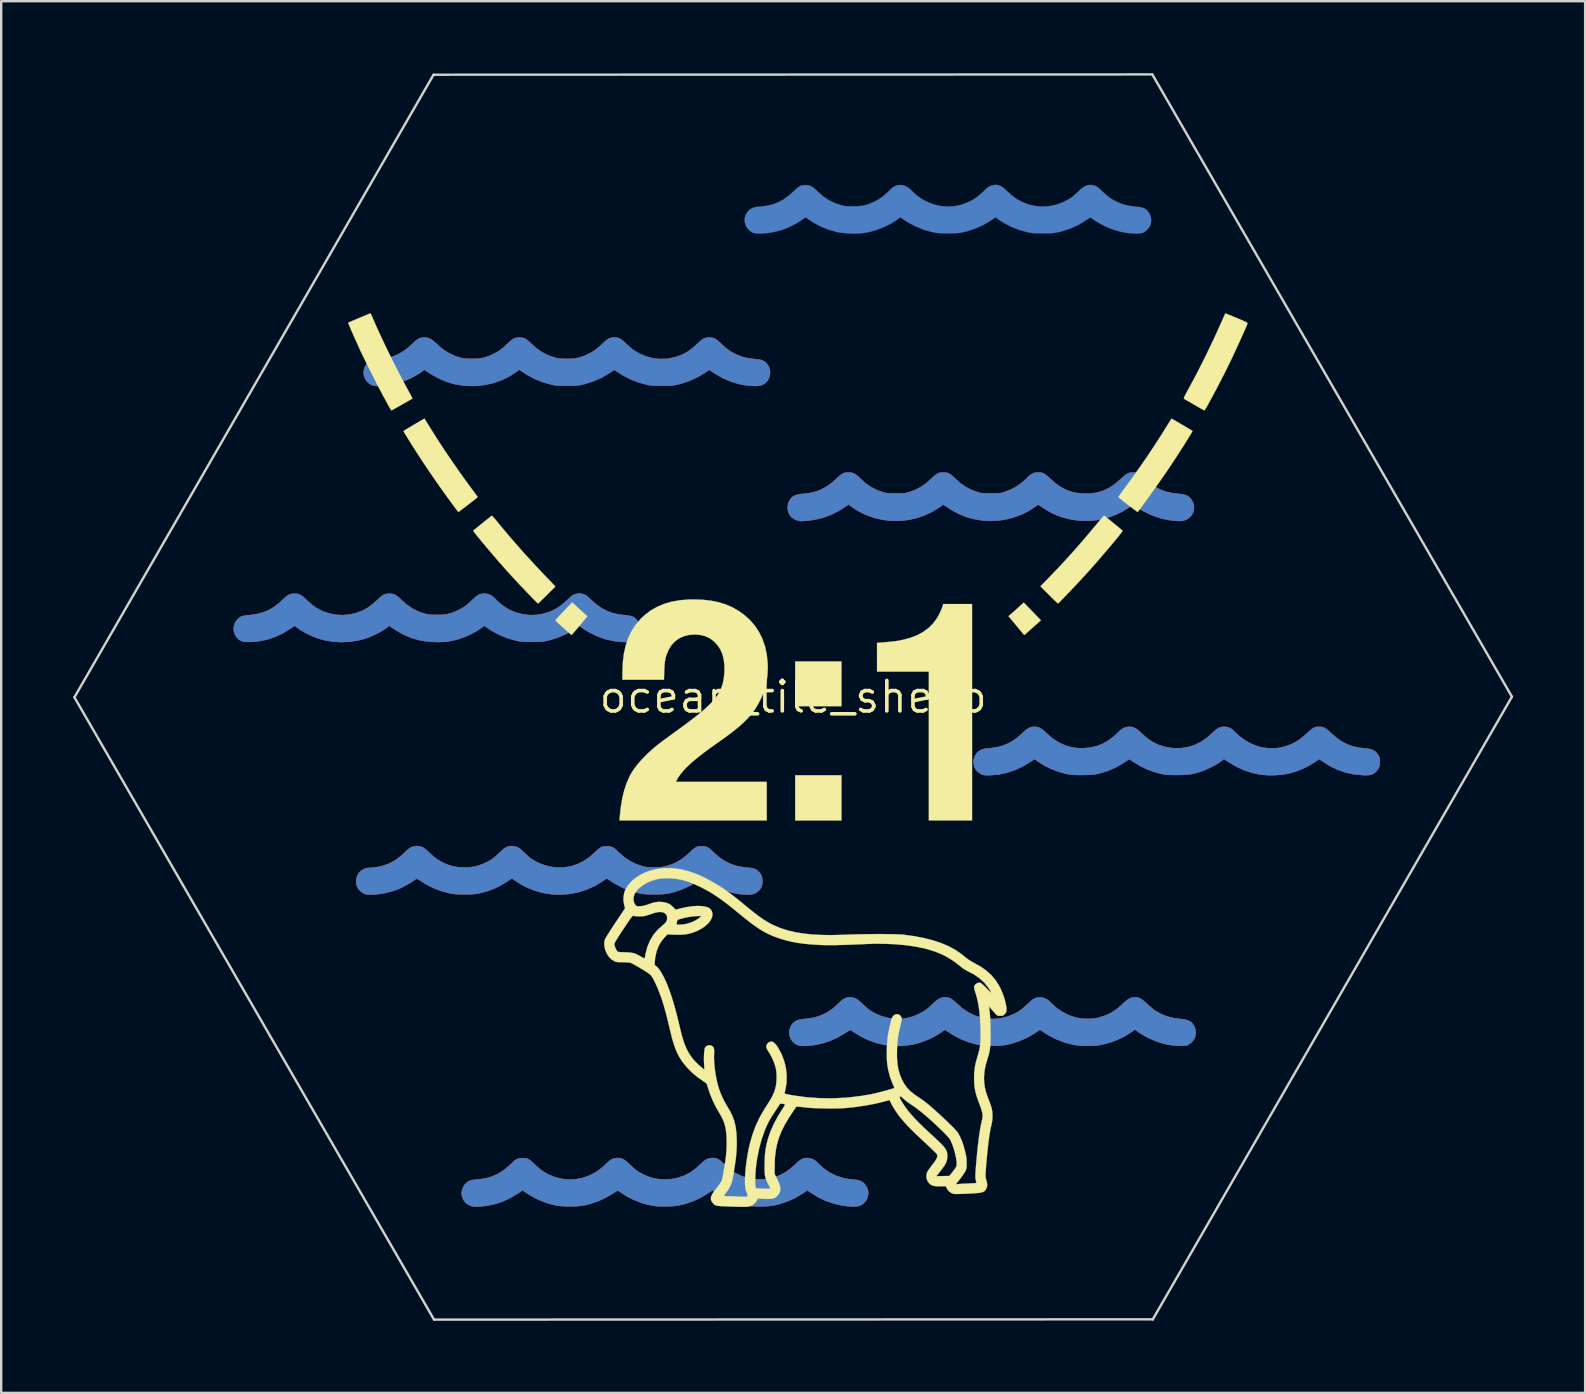
<source format=kicad_pcb>
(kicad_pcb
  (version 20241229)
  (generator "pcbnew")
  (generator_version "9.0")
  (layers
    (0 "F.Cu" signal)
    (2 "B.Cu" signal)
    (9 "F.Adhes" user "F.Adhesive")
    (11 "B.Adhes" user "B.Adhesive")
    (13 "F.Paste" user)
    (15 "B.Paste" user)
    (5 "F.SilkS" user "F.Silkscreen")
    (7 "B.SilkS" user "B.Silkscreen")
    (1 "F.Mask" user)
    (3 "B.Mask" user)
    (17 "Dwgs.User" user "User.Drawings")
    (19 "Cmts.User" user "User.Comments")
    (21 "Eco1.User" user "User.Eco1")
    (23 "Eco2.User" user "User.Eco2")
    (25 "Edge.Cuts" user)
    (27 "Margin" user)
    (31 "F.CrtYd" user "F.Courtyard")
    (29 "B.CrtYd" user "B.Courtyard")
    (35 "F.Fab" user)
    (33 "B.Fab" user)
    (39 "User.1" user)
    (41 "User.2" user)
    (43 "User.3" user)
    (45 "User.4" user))
  (footprint "ocean_tile_sheep"
    (layer "F.Cu")
    (at 29.99 25.984)
    (property "Reference" "ocean_tile_sheep" (at 0 0 0) (layer "F.SilkS") (effects (font (size 1.27 1.27) (thickness 0.15))))
    (attr through_hole)
    (fp_poly (pts (xy 0.634 19.204) (xy 0.754 19.226) (xy 0.862 19.274) (xy 0.968 19.351) (xy 1.053 19.433) (xy 1.276 19.639) (xy 1.52 19.808) (xy 1.783 19.939) (xy 2.065 20.033) (xy 2.362 20.089) (xy 2.48 20.099) (xy 2.635 20.115) (xy 2.757 20.142) (xy 2.855 20.184) (xy 2.937 20.244) (xy 2.985 20.294) (xy 3.071 20.421) (xy 3.119 20.558) (xy 3.129 20.701) (xy 3.102 20.841) (xy 3.039 20.971) (xy 2.966 21.06) (xy 2.884 21.132) (xy 2.8 21.182) (xy 2.704 21.212) (xy 2.588 21.226) (xy 2.442 21.225) (xy 2.401 21.224) (xy 2.044 21.184) (xy 1.694 21.104) (xy 1.355 20.987) (xy 1.034 20.833) (xy 0.785 20.68) (xy 0.594 20.549) (xy 0.399 20.68) (xy 0.088 20.865) (xy -0.236 21.012) (xy -0.581 21.125) (xy -0.769 21.171) (xy -0.927 21.196) (xy -1.114 21.213) (xy -1.317 21.22) (xy -1.524 21.219) (xy -1.723 21.209) (xy -1.901 21.189) (xy -2.002 21.171) (xy -2.34 21.082) (xy -2.653 20.966) (xy -2.949 20.818) (xy -3.158 20.689) (xy -3.365 20.551) (xy -3.573 20.689) (xy -3.871 20.866) (xy -4.179 21.008) (xy -4.505 21.117) (xy -4.72 21.169) (xy -4.87 21.194) (xy -5.048 21.21) (xy -5.243 21.219) (xy -5.442 21.22) (xy -5.633 21.213) (xy -5.804 21.198) (xy -5.915 21.18) (xy -6.278 21.087) (xy -6.626 20.954) (xy -6.962 20.782) (xy -7.286 20.569) (xy -7.29 20.566) (xy -7.321 20.569) (xy -7.381 20.598) (xy -7.469 20.653) (xy -7.491 20.668) (xy -7.805 20.856) (xy -8.141 21.009) (xy -8.498 21.126) (xy -8.678 21.17) (xy -8.842 21.196) (xy -9.035 21.213) (xy -9.242 21.221) (xy -9.453 21.219) (xy -9.655 21.207) (xy -9.835 21.186) (xy -9.921 21.171) (xy -10.284 21.071) (xy -10.628 20.935) (xy -10.953 20.76) (xy -11.062 20.69) (xy -11.143 20.636) (xy -11.21 20.592) (xy -11.256 20.563) (xy -11.273 20.553) (xy -11.291 20.564) (xy -11.338 20.594) (xy -11.405 20.638) (xy -11.476 20.685) (xy -11.746 20.848) (xy -12.024 20.984) (xy -12.141 21.031) (xy -12.312 21.088) (xy -12.494 21.137) (xy -12.681 21.176) (xy -12.866 21.205) (xy -13.04 21.223) (xy -13.196 21.229) (xy -13.328 21.221) (xy -13.426 21.2) (xy -13.569 21.129) (xy -13.68 21.031) (xy -13.759 20.904) (xy -13.8 20.777) (xy -13.811 20.645) (xy -13.787 20.513) (xy -13.734 20.389) (xy -13.656 20.28) (xy -13.558 20.194) (xy -13.445 20.138) (xy -13.369 20.121) (xy -13.311 20.115) (xy -13.225 20.106) (xy -13.123 20.095) (xy -13.052 20.087) (xy -12.78 20.044) (xy -12.529 19.969) (xy -12.293 19.861) (xy -12.066 19.716) (xy -11.844 19.533) (xy -11.779 19.472) (xy -11.678 19.376) (xy -11.596 19.306) (xy -11.528 19.259) (xy -11.463 19.23) (xy -11.395 19.215) (xy -11.314 19.21) (xy -11.271 19.209) (xy -11.186 19.211) (xy -11.116 19.221) (xy -11.053 19.241) (xy -10.989 19.276) (xy -10.918 19.331) (xy -10.83 19.409) (xy -10.754 19.481) (xy -10.666 19.563) (xy -10.576 19.641) (xy -10.496 19.707) (xy -10.435 19.751) (xy -10.177 19.897) (xy -9.908 20.004) (xy -9.63 20.072) (xy -9.347 20.1) (xy -9.064 20.087) (xy -8.784 20.034) (xy -8.678 20.002) (xy -8.463 19.921) (xy -8.27 19.823) (xy -8.086 19.701) (xy -7.903 19.549) (xy -7.825 19.476) (xy -7.721 19.378) (xy -7.637 19.308) (xy -7.565 19.26) (xy -7.498 19.229) (xy -7.427 19.211) (xy -7.365 19.204) (xy -7.266 19.201) (xy -7.178 19.214) (xy -7.092 19.246) (xy -7.003 19.302) (xy -6.901 19.385) (xy -6.807 19.472) (xy -6.686 19.585) (xy -6.584 19.673) (xy -6.49 19.745) (xy -6.394 19.806) (xy -6.285 19.864) (xy -6.195 19.907) (xy -5.99 19.993) (xy -5.795 20.051) (xy -5.593 20.083) (xy -5.371 20.094) (xy -5.345 20.095) (xy -5.053 20.077) (xy -4.781 20.023) (xy -4.525 19.931) (xy -4.281 19.801) (xy -4.047 19.631) (xy -3.872 19.473) (xy -3.766 19.372) (xy -3.678 19.3) (xy -3.599 19.251) (xy -3.523 19.222) (xy -3.44 19.206) (xy -3.405 19.202) (xy -3.302 19.201) (xy -3.212 19.216) (xy -3.126 19.252) (xy -3.035 19.312) (xy -2.932 19.401) (xy -2.874 19.457) (xy -2.643 19.661) (xy -2.407 19.825) (xy -2.162 19.948) (xy -1.905 20.033) (xy -1.634 20.081) (xy -1.386 20.094) (xy -1.102 20.077) (xy -0.835 20.025) (xy -0.584 19.936) (xy -0.343 19.81) (xy -0.11 19.643) (xy 0.098 19.457) (xy 0.211 19.351) (xy 0.309 19.277) (xy 0.399 19.229) (xy 0.489 19.205) (xy 0.587 19.201) (xy 0.634 19.204)) (stroke (width 0.01) (type solid)) (fill yes) (layer "F.Cu"))
    (fp_poly (pts (xy 2.32 -9.355) (xy 2.427 -9.346) (xy 2.524 -9.316) (xy 2.619 -9.261) (xy 2.72 -9.175) (xy 2.781 -9.116) (xy 3.005 -8.912) (xy 3.243 -8.746) (xy 3.5 -8.616) (xy 3.719 -8.537) (xy 3.791 -8.516) (xy 3.853 -8.5) (xy 3.916 -8.49) (xy 3.988 -8.484) (xy 4.079 -8.481) (xy 4.198 -8.48) (xy 4.276 -8.479) (xy 4.413 -8.48) (xy 4.518 -8.482) (xy 4.599 -8.486) (xy 4.666 -8.494) (xy 4.727 -8.507) (xy 4.792 -8.525) (xy 4.832 -8.537) (xy 5.091 -8.633) (xy 5.326 -8.756) (xy 5.547 -8.911) (xy 5.756 -9.097) (xy 5.86 -9.197) (xy 5.947 -9.267) (xy 6.026 -9.314) (xy 6.104 -9.341) (xy 6.191 -9.353) (xy 6.255 -9.355) (xy 6.353 -9.35) (xy 6.436 -9.333) (xy 6.514 -9.299) (xy 6.595 -9.243) (xy 6.687 -9.161) (xy 6.752 -9.098) (xy 6.971 -8.903) (xy 7.199 -8.746) (xy 7.445 -8.621) (xy 7.677 -8.537) (xy 7.749 -8.516) (xy 7.811 -8.5) (xy 7.874 -8.49) (xy 7.946 -8.484) (xy 8.037 -8.481) (xy 8.156 -8.48) (xy 8.234 -8.479) (xy 8.372 -8.48) (xy 8.476 -8.482) (xy 8.557 -8.486) (xy 8.624 -8.494) (xy 8.685 -8.507) (xy 8.751 -8.525) (xy 8.79 -8.537) (xy 9.066 -8.641) (xy 9.319 -8.779) (xy 9.554 -8.952) (xy 9.729 -9.116) (xy 9.838 -9.219) (xy 9.935 -9.29) (xy 10.03 -9.333) (xy 10.13 -9.353) (xy 10.189 -9.355) (xy 10.279 -9.353) (xy 10.354 -9.342) (xy 10.423 -9.318) (xy 10.494 -9.277) (xy 10.573 -9.216) (xy 10.671 -9.129) (xy 10.722 -9.081) (xy 10.94 -8.893) (xy 11.155 -8.742) (xy 11.372 -8.628) (xy 11.598 -8.547) (xy 11.84 -8.496) (xy 12.097 -8.473) (xy 12.386 -8.477) (xy 12.653 -8.516) (xy 12.905 -8.59) (xy 13.143 -8.701) (xy 13.374 -8.852) (xy 13.601 -9.042) (xy 13.619 -9.06) (xy 13.734 -9.166) (xy 13.828 -9.244) (xy 13.909 -9.297) (xy 13.984 -9.331) (xy 14.061 -9.349) (xy 14.147 -9.355) (xy 14.161 -9.355) (xy 14.259 -9.349) (xy 14.346 -9.328) (xy 14.43 -9.289) (xy 14.52 -9.226) (xy 14.624 -9.136) (xy 14.679 -9.083) (xy 14.89 -8.895) (xy 15.1 -8.746) (xy 15.317 -8.631) (xy 15.548 -8.548) (xy 15.801 -8.494) (xy 16.031 -8.467) (xy 16.196 -8.449) (xy 16.325 -8.42) (xy 16.428 -8.378) (xy 16.51 -8.32) (xy 16.58 -8.243) (xy 16.584 -8.237) (xy 16.659 -8.101) (xy 16.696 -7.96) (xy 16.696 -7.82) (xy 16.661 -7.686) (xy 16.593 -7.565) (xy 16.496 -7.463) (xy 16.369 -7.385) (xy 16.284 -7.353) (xy 16.192 -7.335) (xy 16.079 -7.33) (xy 15.939 -7.336) (xy 15.767 -7.355) (xy 15.6 -7.379) (xy 15.352 -7.433) (xy 15.091 -7.515) (xy 14.83 -7.62) (xy 14.583 -7.742) (xy 14.362 -7.877) (xy 14.32 -7.906) (xy 14.166 -8.017) (xy 13.999 -7.901) (xy 13.688 -7.711) (xy 13.36 -7.558) (xy 13.021 -7.445) (xy 12.672 -7.371) (xy 12.317 -7.336) (xy 11.959 -7.342) (xy 11.602 -7.389) (xy 11.248 -7.476) (xy 11.197 -7.493) (xy 10.96 -7.579) (xy 10.742 -7.68) (xy 10.525 -7.804) (xy 10.407 -7.881) (xy 10.203 -8.017) (xy 10.092 -7.934) (xy 9.818 -7.754) (xy 9.518 -7.604) (xy 9.199 -7.485) (xy 8.868 -7.398) (xy 8.53 -7.347) (xy 8.193 -7.332) (xy 7.959 -7.344) (xy 7.59 -7.399) (xy 7.239 -7.492) (xy 6.905 -7.623) (xy 6.585 -7.794) (xy 6.45 -7.881) (xy 6.253 -8.015) (xy 6.106 -7.911) (xy 5.799 -7.72) (xy 5.476 -7.567) (xy 5.139 -7.452) (xy 4.794 -7.375) (xy 4.442 -7.338) (xy 4.088 -7.339) (xy 3.734 -7.38) (xy 3.385 -7.46) (xy 3.044 -7.581) (xy 3.009 -7.596) (xy 2.837 -7.678) (xy 2.661 -7.775) (xy 2.498 -7.877) (xy 2.397 -7.949) (xy 2.303 -8.021) (xy 2.194 -7.942) (xy 1.884 -7.742) (xy 1.56 -7.582) (xy 1.22 -7.462) (xy 0.864 -7.38) (xy 0.603 -7.346) (xy 0.48 -7.335) (xy 0.39 -7.328) (xy 0.323 -7.327) (xy 0.271 -7.331) (xy 0.224 -7.339) (xy 0.201 -7.344) (xy 0.051 -7.402) (xy -0.07 -7.489) (xy -0.158 -7.602) (xy -0.213 -7.738) (xy -0.232 -7.895) (xy -0.232 -7.895) (xy -0.216 -8.042) (xy -0.167 -8.169) (xy -0.088 -8.28) (xy -0.015 -8.347) (xy 0.076 -8.397) (xy 0.191 -8.433) (xy 0.336 -8.457) (xy 0.441 -8.467) (xy 0.707 -8.501) (xy 0.95 -8.56) (xy 1.177 -8.649) (xy 1.396 -8.77) (xy 1.611 -8.926) (xy 1.81 -9.102) (xy 1.914 -9.198) (xy 1.999 -9.266) (xy 2.073 -9.312) (xy 2.145 -9.339) (xy 2.224 -9.352) (xy 2.319 -9.355) (xy 2.32 -9.355)) (stroke (width 0.01) (type solid)) (fill yes) (layer "F.Cu"))
    (fp_poly (pts (xy 14.103 1.248) (xy 14.196 1.273) (xy 14.287 1.32) (xy 14.385 1.393) (xy 14.498 1.497) (xy 14.513 1.513) (xy 14.74 1.713) (xy 14.976 1.874) (xy 15.224 1.994) (xy 15.488 2.077) (xy 15.77 2.123) (xy 15.896 2.131) (xy 16.189 2.125) (xy 16.467 2.079) (xy 16.731 1.995) (xy 16.983 1.87) (xy 17.224 1.705) (xy 17.431 1.524) (xy 17.544 1.418) (xy 17.639 1.341) (xy 17.723 1.289) (xy 17.804 1.258) (xy 17.889 1.243) (xy 17.949 1.24) (xy 18.078 1.251) (xy 18.191 1.288) (xy 18.297 1.356) (xy 18.408 1.46) (xy 18.409 1.461) (xy 18.606 1.645) (xy 18.83 1.807) (xy 19.069 1.942) (xy 19.316 2.043) (xy 19.42 2.074) (xy 19.594 2.109) (xy 19.789 2.129) (xy 19.99 2.134) (xy 20.18 2.123) (xy 20.285 2.108) (xy 20.527 2.049) (xy 20.748 1.968) (xy 20.957 1.859) (xy 21.161 1.719) (xy 21.367 1.542) (xy 21.396 1.515) (xy 21.505 1.416) (xy 21.592 1.343) (xy 21.667 1.293) (xy 21.735 1.262) (xy 21.806 1.246) (xy 21.886 1.241) (xy 21.907 1.24) (xy 21.999 1.245) (xy 22.077 1.261) (xy 22.151 1.293) (xy 22.229 1.345) (xy 22.32 1.422) (xy 22.395 1.492) (xy 22.617 1.687) (xy 22.838 1.843) (xy 23.063 1.964) (xy 23.299 2.051) (xy 23.552 2.108) (xy 23.791 2.136) (xy 23.955 2.154) (xy 24.085 2.182) (xy 24.188 2.226) (xy 24.271 2.289) (xy 24.343 2.374) (xy 24.379 2.431) (xy 24.41 2.489) (xy 24.427 2.543) (xy 24.435 2.61) (xy 24.437 2.699) (xy 24.429 2.832) (xy 24.401 2.938) (xy 24.348 3.03) (xy 24.272 3.115) (xy 24.208 3.171) (xy 24.144 3.211) (xy 24.072 3.238) (xy 23.983 3.252) (xy 23.869 3.257) (xy 23.723 3.254) (xy 23.701 3.253) (xy 23.345 3.218) (xy 23.003 3.143) (xy 22.673 3.028) (xy 22.353 2.872) (xy 22.109 2.72) (xy 21.908 2.584) (xy 21.753 2.695) (xy 21.512 2.848) (xy 21.242 2.984) (xy 20.954 3.098) (xy 20.659 3.185) (xy 20.638 3.19) (xy 20.464 3.222) (xy 20.262 3.244) (xy 20.045 3.256) (xy 19.826 3.258) (xy 19.619 3.248) (xy 19.441 3.229) (xy 19.103 3.155) (xy 18.768 3.043) (xy 18.445 2.894) (xy 18.147 2.716) (xy 17.944 2.58) (xy 17.899 2.621) (xy 17.815 2.688) (xy 17.7 2.763) (xy 17.563 2.843) (xy 17.413 2.922) (xy 17.259 2.995) (xy 17.111 3.058) (xy 17.037 3.086) (xy 16.87 3.142) (xy 16.718 3.184) (xy 16.57 3.214) (xy 16.415 3.233) (xy 16.243 3.245) (xy 16.043 3.249) (xy 15.981 3.249) (xy 15.812 3.248) (xy 15.677 3.245) (xy 15.568 3.239) (xy 15.477 3.23) (xy 15.397 3.217) (xy 15.367 3.211) (xy 15.053 3.127) (xy 14.743 3.012) (xy 14.449 2.871) (xy 14.181 2.709) (xy 14.171 2.701) (xy 14.092 2.648) (xy 14.039 2.616) (xy 14.004 2.602) (xy 13.98 2.603) (xy 13.959 2.614) (xy 13.673 2.803) (xy 13.391 2.955) (xy 13.108 3.074) (xy 13.031 3.101) (xy 12.879 3.15) (xy 12.746 3.186) (xy 12.623 3.213) (xy 12.497 3.231) (xy 12.36 3.242) (xy 12.201 3.248) (xy 12.023 3.249) (xy 11.866 3.249) (xy 11.743 3.246) (xy 11.645 3.242) (xy 11.562 3.234) (xy 11.485 3.223) (xy 11.406 3.208) (xy 11.369 3.2) (xy 11.047 3.111) (xy 10.738 2.993) (xy 10.451 2.849) (xy 10.211 2.697) (xy 10.055 2.585) (xy 9.855 2.718) (xy 9.547 2.901) (xy 9.226 3.048) (xy 8.897 3.157) (xy 8.563 3.228) (xy 8.229 3.258) (xy 8.149 3.26) (xy 8.045 3.259) (xy 7.97 3.255) (xy 7.914 3.245) (xy 7.865 3.228) (xy 7.811 3.202) (xy 7.808 3.201) (xy 7.7 3.126) (xy 7.61 3.029) (xy 7.549 2.921) (xy 7.536 2.883) (xy 7.514 2.733) (xy 7.527 2.585) (xy 7.574 2.448) (xy 7.652 2.33) (xy 7.694 2.288) (xy 7.763 2.235) (xy 7.833 2.196) (xy 7.915 2.169) (xy 8.019 2.15) (xy 8.154 2.137) (xy 8.169 2.135) (xy 8.465 2.097) (xy 8.736 2.026) (xy 8.987 1.92) (xy 9.224 1.778) (xy 9.451 1.596) (xy 9.544 1.507) (xy 9.655 1.403) (xy 9.75 1.329) (xy 9.836 1.28) (xy 9.924 1.252) (xy 10.02 1.242) (xy 10.054 1.241) (xy 10.143 1.246) (xy 10.222 1.265) (xy 10.301 1.3) (xy 10.385 1.357) (xy 10.482 1.438) (xy 10.583 1.533) (xy 10.817 1.733) (xy 11.062 1.893) (xy 11.318 2.011) (xy 11.586 2.09) (xy 11.868 2.129) (xy 12.118 2.131) (xy 12.403 2.1) (xy 12.668 2.036) (xy 12.916 1.936) (xy 13.151 1.798) (xy 13.376 1.622) (xy 13.513 1.492) (xy 13.627 1.385) (xy 13.73 1.311) (xy 13.828 1.265) (xy 13.932 1.243) (xy 14.002 1.24) (xy 14.103 1.248)) (stroke (width 0.01) (type solid)) (fill yes) (layer "F.Cu"))
    (fp_poly (pts (xy -8.814 -4.304) (xy -8.743 -4.284) (xy -8.689 -4.265) (xy -8.637 -4.237) (xy -8.578 -4.194) (xy -8.506 -4.131) (xy -8.425 -4.055) (xy -8.203 -3.86) (xy -7.982 -3.704) (xy -7.756 -3.584) (xy -7.518 -3.496) (xy -7.261 -3.438) (xy -7.017 -3.41) (xy -6.865 -3.393) (xy -6.746 -3.368) (xy -6.652 -3.331) (xy -6.574 -3.278) (xy -6.51 -3.212) (xy -6.428 -3.087) (xy -6.383 -2.949) (xy -6.375 -2.807) (xy -6.402 -2.667) (xy -6.465 -2.537) (xy -6.557 -2.43) (xy -6.631 -2.371) (xy -6.705 -2.329) (xy -6.789 -2.303) (xy -6.891 -2.291) (xy -7.022 -2.289) (xy -7.107 -2.292) (xy -7.464 -2.328) (xy -7.812 -2.405) (xy -8.15 -2.524) (xy -8.476 -2.682) (xy -8.705 -2.823) (xy -8.912 -2.961) (xy -9.113 -2.825) (xy -9.419 -2.643) (xy -9.75 -2.494) (xy -10.106 -2.379) (xy -10.288 -2.335) (xy -10.367 -2.32) (xy -10.454 -2.31) (xy -10.555 -2.302) (xy -10.68 -2.298) (xy -10.836 -2.297) (xy -10.89 -2.297) (xy -11.045 -2.297) (xy -11.167 -2.3) (xy -11.265 -2.304) (xy -11.349 -2.312) (xy -11.426 -2.324) (xy -11.508 -2.34) (xy -11.533 -2.346) (xy -11.899 -2.448) (xy -12.245 -2.588) (xy -12.569 -2.763) (xy -12.798 -2.919) (xy -12.865 -2.968) (xy -12.98 -2.883) (xy -13.199 -2.738) (xy -13.446 -2.606) (xy -13.707 -2.492) (xy -13.966 -2.403) (xy -14.076 -2.374) (xy -14.252 -2.335) (xy -14.414 -2.309) (xy -14.576 -2.294) (xy -14.752 -2.289) (xy -14.955 -2.292) (xy -14.962 -2.292) (xy -15.304 -2.319) (xy -15.624 -2.378) (xy -15.929 -2.47) (xy -16.226 -2.598) (xy -16.523 -2.765) (xy -16.634 -2.837) (xy -16.83 -2.968) (xy -16.877 -2.926) (xy -16.969 -2.853) (xy -17.093 -2.772) (xy -17.241 -2.689) (xy -17.402 -2.607) (xy -17.57 -2.53) (xy -17.735 -2.465) (xy -17.823 -2.434) (xy -18.145 -2.35) (xy -18.483 -2.3) (xy -18.828 -2.286) (xy -19.173 -2.307) (xy -19.51 -2.363) (xy -19.77 -2.434) (xy -19.948 -2.499) (xy -20.138 -2.582) (xy -20.324 -2.675) (xy -20.493 -2.772) (xy -20.602 -2.845) (xy -20.768 -2.964) (xy -20.961 -2.835) (xy -21.276 -2.646) (xy -21.594 -2.498) (xy -21.918 -2.391) (xy -22.251 -2.323) (xy -22.574 -2.295) (xy -22.708 -2.292) (xy -22.807 -2.293) (xy -22.879 -2.298) (xy -22.932 -2.309) (xy -22.953 -2.316) (xy -23.081 -2.385) (xy -23.184 -2.485) (xy -23.259 -2.607) (xy -23.299 -2.745) (xy -23.305 -2.82) (xy -23.295 -2.959) (xy -23.262 -3.071) (xy -23.202 -3.171) (xy -23.171 -3.209) (xy -23.102 -3.28) (xy -23.031 -3.331) (xy -22.95 -3.367) (xy -22.848 -3.391) (xy -22.716 -3.407) (xy -22.669 -3.41) (xy -22.369 -3.449) (xy -22.095 -3.519) (xy -21.842 -3.623) (xy -21.606 -3.763) (xy -21.383 -3.941) (xy -21.289 -4.03) (xy -21.178 -4.135) (xy -21.086 -4.21) (xy -21.003 -4.261) (xy -20.922 -4.29) (xy -20.836 -4.303) (xy -20.786 -4.305) (xy -20.695 -4.303) (xy -20.618 -4.291) (xy -20.548 -4.266) (xy -20.476 -4.223) (xy -20.395 -4.159) (xy -20.295 -4.069) (xy -20.257 -4.033) (xy -20.15 -3.935) (xy -20.037 -3.841) (xy -19.932 -3.76) (xy -19.855 -3.708) (xy -19.601 -3.576) (xy -19.334 -3.483) (xy -19.058 -3.428) (xy -18.778 -3.411) (xy -18.499 -3.433) (xy -18.224 -3.492) (xy -17.958 -3.591) (xy -17.737 -3.708) (xy -17.647 -3.77) (xy -17.54 -3.853) (xy -17.428 -3.948) (xy -17.335 -4.033) (xy -17.228 -4.132) (xy -17.141 -4.205) (xy -17.067 -4.254) (xy -16.997 -4.284) (xy -16.924 -4.3) (xy -16.839 -4.305) (xy -16.806 -4.305) (xy -16.708 -4.298) (xy -16.621 -4.275) (xy -16.535 -4.231) (xy -16.444 -4.163) (xy -16.339 -4.066) (xy -16.307 -4.035) (xy -16.087 -3.839) (xy -15.853 -3.681) (xy -15.598 -3.556) (xy -15.333 -3.468) (xy -15.256 -3.449) (xy -15.181 -3.436) (xy -15.096 -3.428) (xy -14.991 -3.423) (xy -14.856 -3.422) (xy -14.838 -3.422) (xy -14.652 -3.426) (xy -14.496 -3.439) (xy -14.357 -3.463) (xy -14.223 -3.503) (xy -14.08 -3.559) (xy -13.975 -3.608) (xy -13.856 -3.668) (xy -13.757 -3.723) (xy -13.667 -3.783) (xy -13.577 -3.853) (xy -13.477 -3.94) (xy -13.364 -4.045) (xy -13.272 -4.131) (xy -13.202 -4.192) (xy -13.146 -4.234) (xy -13.096 -4.262) (xy -13.045 -4.282) (xy -13.026 -4.288) (xy -12.873 -4.312) (xy -12.726 -4.294) (xy -12.586 -4.236) (xy -12.456 -4.137) (xy -12.396 -4.074) (xy -12.305 -3.982) (xy -12.188 -3.882) (xy -12.058 -3.783) (xy -11.926 -3.695) (xy -11.813 -3.631) (xy -11.545 -3.519) (xy -11.268 -3.447) (xy -10.985 -3.413) (xy -10.701 -3.419) (xy -10.421 -3.465) (xy -10.15 -3.55) (xy -10.04 -3.598) (xy -9.901 -3.667) (xy -9.779 -3.739) (xy -9.663 -3.822) (xy -9.541 -3.923) (xy -9.408 -4.045) (xy -9.314 -4.133) (xy -9.242 -4.195) (xy -9.185 -4.237) (xy -9.133 -4.265) (xy -9.081 -4.284) (xy -9.079 -4.285) (xy -8.98 -4.309) (xy -8.899 -4.316) (xy -8.814 -4.304)) (stroke (width 0.01) (type solid)) (fill yes) (layer "F.Cu"))
    (fp_poly (pts (xy -15.534 6.224) (xy -15.497 6.235) (xy -15.445 6.254) (xy -15.393 6.282) (xy -15.335 6.325) (xy -15.261 6.388) (xy -15.17 6.473) (xy -15.031 6.6) (xy -14.908 6.701) (xy -14.789 6.785) (xy -14.663 6.858) (xy -14.532 6.923) (xy -14.343 7.002) (xy -14.157 7.055) (xy -13.961 7.086) (xy -13.743 7.098) (xy -13.695 7.099) (xy -13.474 7.091) (xy -13.279 7.065) (xy -13.095 7.017) (xy -12.908 6.946) (xy -12.835 6.912) (xy -12.716 6.854) (xy -12.616 6.798) (xy -12.525 6.738) (xy -12.433 6.666) (xy -12.331 6.577) (xy -12.222 6.475) (xy -12.127 6.387) (xy -12.055 6.325) (xy -11.996 6.282) (xy -11.945 6.254) (xy -11.893 6.235) (xy -11.893 6.235) (xy -11.78 6.208) (xy -11.681 6.205) (xy -11.575 6.225) (xy -11.538 6.235) (xy -11.486 6.254) (xy -11.435 6.281) (xy -11.378 6.323) (xy -11.307 6.384) (xy -11.215 6.47) (xy -11.211 6.474) (xy -11.123 6.556) (xy -11.037 6.634) (xy -10.961 6.699) (xy -10.904 6.743) (xy -10.897 6.748) (xy -10.664 6.884) (xy -10.411 6.989) (xy -10.146 7.062) (xy -9.876 7.101) (xy -9.611 7.104) (xy -9.496 7.092) (xy -9.22 7.039) (xy -8.964 6.952) (xy -8.722 6.831) (xy -8.49 6.672) (xy -8.266 6.476) (xy -8.163 6.379) (xy -8.082 6.31) (xy -8.013 6.262) (xy -7.948 6.233) (xy -7.88 6.219) (xy -7.8 6.213) (xy -7.768 6.213) (xy -7.672 6.217) (xy -7.591 6.232) (xy -7.517 6.262) (xy -7.44 6.312) (xy -7.353 6.386) (xy -7.261 6.475) (xy -7.028 6.679) (xy -6.779 6.844) (xy -6.512 6.971) (xy -6.227 7.062) (xy -6.221 7.063) (xy -6.089 7.086) (xy -5.929 7.098) (xy -5.757 7.101) (xy -5.586 7.093) (xy -5.43 7.077) (xy -5.309 7.053) (xy -5.044 6.966) (xy -4.805 6.853) (xy -4.584 6.71) (xy -4.37 6.531) (xy -4.326 6.488) (xy -4.22 6.388) (xy -4.134 6.315) (xy -4.06 6.265) (xy -3.99 6.234) (xy -3.916 6.219) (xy -3.83 6.214) (xy -3.81 6.213) (xy -3.717 6.217) (xy -3.639 6.231) (xy -3.566 6.261) (xy -3.492 6.309) (xy -3.406 6.381) (xy -3.301 6.481) (xy -3.301 6.481) (xy -3.08 6.677) (xy -2.849 6.833) (xy -2.605 6.953) (xy -2.341 7.04) (xy -2.054 7.094) (xy -1.903 7.109) (xy -1.769 7.122) (xy -1.666 7.141) (xy -1.586 7.167) (xy -1.518 7.205) (xy -1.453 7.258) (xy -1.443 7.268) (xy -1.363 7.357) (xy -1.312 7.452) (xy -1.287 7.564) (xy -1.281 7.673) (xy -1.29 7.807) (xy -1.32 7.914) (xy -1.376 8.007) (xy -1.443 8.079) (xy -1.537 8.153) (xy -1.64 8.201) (xy -1.763 8.227) (xy -1.892 8.233) (xy -2.2 8.215) (xy -2.515 8.16) (xy -2.831 8.071) (xy -3.14 7.95) (xy -3.432 7.801) (xy -3.617 7.684) (xy -3.806 7.555) (xy -3.979 7.673) (xy -4.283 7.855) (xy -4.609 8.007) (xy -4.95 8.124) (xy -5.15 8.175) (xy -5.299 8.199) (xy -5.476 8.216) (xy -5.671 8.224) (xy -5.872 8.225) (xy -6.067 8.218) (xy -6.246 8.203) (xy -6.396 8.18) (xy -6.417 8.176) (xy -6.776 8.077) (xy -7.111 7.944) (xy -7.428 7.776) (xy -7.559 7.693) (xy -7.765 7.556) (xy -7.967 7.693) (xy -8.274 7.876) (xy -8.599 8.022) (xy -8.938 8.13) (xy -9.287 8.201) (xy -9.642 8.232) (xy -10 8.224) (xy -10.356 8.175) (xy -10.526 8.137) (xy -10.801 8.053) (xy -11.074 7.941) (xy -11.333 7.808) (xy -11.565 7.66) (xy -11.597 7.636) (xy -11.672 7.586) (xy -11.72 7.566) (xy -11.739 7.569) (xy -11.984 7.732) (xy -12.213 7.865) (xy -12.435 7.974) (xy -12.659 8.062) (xy -12.894 8.134) (xy -13.102 8.184) (xy -13.223 8.202) (xy -13.374 8.216) (xy -13.546 8.223) (xy -13.727 8.225) (xy -13.906 8.221) (xy -14.072 8.211) (xy -14.214 8.195) (xy -14.276 8.184) (xy -14.64 8.091) (xy -14.983 7.96) (xy -15.307 7.793) (xy -15.465 7.693) (xy -15.558 7.634) (xy -15.631 7.592) (xy -15.68 7.571) (xy -15.697 7.571) (xy -15.895 7.709) (xy -16.118 7.841) (xy -16.349 7.958) (xy -16.498 8.021) (xy -16.658 8.078) (xy -16.833 8.127) (xy -17.015 8.169) (xy -17.198 8.201) (xy -17.374 8.223) (xy -17.535 8.234) (xy -17.676 8.233) (xy -17.787 8.219) (xy -17.834 8.206) (xy -17.975 8.131) (xy -18.085 8.029) (xy -18.117 7.987) (xy -18.166 7.899) (xy -18.194 7.812) (xy -18.202 7.71) (xy -18.198 7.606) (xy -18.167 7.463) (xy -18.1 7.339) (xy -18.004 7.239) (xy -17.882 7.165) (xy -17.739 7.122) (xy -17.636 7.113) (xy -17.49 7.104) (xy -17.325 7.081) (xy -17.161 7.047) (xy -17.078 7.025) (xy -16.876 6.956) (xy -16.689 6.867) (xy -16.509 6.754) (xy -16.328 6.611) (xy -16.181 6.477) (xy -16.087 6.389) (xy -16.016 6.327) (xy -15.959 6.284) (xy -15.908 6.256) (xy -15.857 6.237) (xy -15.852 6.235) (xy -15.739 6.209) (xy -15.64 6.205) (xy -15.534 6.224)) (stroke (width 0.01) (type solid)) (fill yes) (layer "F.Cu"))
    (fp_poly (pts (xy 6.427 12.516) (xy 6.514 12.538) (xy 6.598 12.581) (xy 6.689 12.648) (xy 6.795 12.744) (xy 6.819 12.768) (xy 7.051 12.971) (xy 7.298 13.136) (xy 7.557 13.264) (xy 7.825 13.352) (xy 8.099 13.402) (xy 8.377 13.412) (xy 8.656 13.381) (xy 8.933 13.311) (xy 9.205 13.199) (xy 9.218 13.192) (xy 9.329 13.134) (xy 9.425 13.075) (xy 9.516 13.009) (xy 9.612 12.929) (xy 9.724 12.826) (xy 9.758 12.794) (xy 9.863 12.696) (xy 9.948 12.624) (xy 10.019 12.575) (xy 10.086 12.543) (xy 10.156 12.525) (xy 10.236 12.515) (xy 10.247 12.514) (xy 10.374 12.518) (xy 10.489 12.55) (xy 10.601 12.614) (xy 10.716 12.714) (xy 10.742 12.741) (xy 10.967 12.947) (xy 11.213 13.118) (xy 11.477 13.251) (xy 11.754 13.346) (xy 11.761 13.348) (xy 11.97 13.388) (xy 12.197 13.406) (xy 12.424 13.402) (xy 12.637 13.375) (xy 12.706 13.36) (xy 12.971 13.279) (xy 13.211 13.171) (xy 13.435 13.031) (xy 13.652 12.854) (xy 13.727 12.783) (xy 13.84 12.677) (xy 13.937 12.601) (xy 14.024 12.551) (xy 14.11 12.522) (xy 14.201 12.511) (xy 14.235 12.51) (xy 14.329 12.517) (xy 14.416 12.539) (xy 14.501 12.581) (xy 14.593 12.648) (xy 14.701 12.743) (xy 14.741 12.781) (xy 14.83 12.864) (xy 14.924 12.945) (xy 15.01 13.015) (xy 15.068 13.058) (xy 15.311 13.198) (xy 15.576 13.304) (xy 15.859 13.376) (xy 16.133 13.41) (xy 16.305 13.43) (xy 16.443 13.468) (xy 16.552 13.525) (xy 16.629 13.595) (xy 16.714 13.726) (xy 16.761 13.865) (xy 16.771 14.008) (xy 16.745 14.147) (xy 16.684 14.277) (xy 16.591 14.39) (xy 16.465 14.481) (xy 16.458 14.485) (xy 16.418 14.504) (xy 16.376 14.517) (xy 16.323 14.525) (xy 16.25 14.528) (xy 16.147 14.529) (xy 16.097 14.528) (xy 15.772 14.507) (xy 15.452 14.447) (xy 15.135 14.349) (xy 14.814 14.21) (xy 14.753 14.179) (xy 14.645 14.121) (xy 14.535 14.057) (xy 14.437 13.997) (xy 14.373 13.953) (xy 14.236 13.852) (xy 14.083 13.961) (xy 13.826 14.124) (xy 13.539 14.266) (xy 13.231 14.383) (xy 12.91 14.472) (xy 12.869 14.481) (xy 12.703 14.508) (xy 12.509 14.525) (xy 12.3 14.532) (xy 12.089 14.529) (xy 11.889 14.517) (xy 11.712 14.494) (xy 11.651 14.482) (xy 11.287 14.385) (xy 10.947 14.253) (xy 10.629 14.087) (xy 10.482 13.994) (xy 10.404 13.942) (xy 10.339 13.9) (xy 10.295 13.872) (xy 10.281 13.864) (xy 10.261 13.875) (xy 10.214 13.905) (xy 10.146 13.95) (xy 10.067 14.002) (xy 9.753 14.187) (xy 9.417 14.335) (xy 9.063 14.447) (xy 8.869 14.491) (xy 8.714 14.513) (xy 8.531 14.526) (xy 8.332 14.531) (xy 8.13 14.528) (xy 7.938 14.516) (xy 7.768 14.496) (xy 7.691 14.482) (xy 7.331 14.385) (xy 6.992 14.254) (xy 6.671 14.085) (xy 6.526 13.993) (xy 6.447 13.941) (xy 6.381 13.899) (xy 6.337 13.872) (xy 6.322 13.864) (xy 6.301 13.876) (xy 6.253 13.907) (xy 6.189 13.952) (xy 6.149 13.98) (xy 5.945 14.109) (xy 5.712 14.229) (xy 5.46 14.335) (xy 5.204 14.421) (xy 4.955 14.482) (xy 4.916 14.489) (xy 4.549 14.534) (xy 4.186 14.536) (xy 3.829 14.496) (xy 3.478 14.415) (xy 3.134 14.293) (xy 2.798 14.129) (xy 2.47 13.924) (xy 2.403 13.877) (xy 2.373 13.878) (xy 2.315 13.905) (xy 2.226 13.959) (xy 2.179 13.99) (xy 1.862 14.178) (xy 1.532 14.327) (xy 1.193 14.437) (xy 0.846 14.506) (xy 0.551 14.532) (xy 0.424 14.535) (xy 0.328 14.532) (xy 0.254 14.522) (xy 0.204 14.508) (xy 0.087 14.45) (xy -0.016 14.359) (xy -0.097 14.244) (xy -0.15 14.115) (xy -0.169 13.981) (xy -0.169 13.981) (xy -0.152 13.856) (xy -0.105 13.73) (xy -0.036 13.62) (xy -0.019 13.6) (xy 0.062 13.526) (xy 0.154 13.473) (xy 0.267 13.438) (xy 0.409 13.416) (xy 0.476 13.41) (xy 0.716 13.384) (xy 0.933 13.338) (xy 1.141 13.268) (xy 1.143 13.267) (xy 1.321 13.188) (xy 1.484 13.096) (xy 1.641 12.983) (xy 1.801 12.844) (xy 1.909 12.741) (xy 2.018 12.64) (xy 2.116 12.571) (xy 2.211 12.53) (xy 2.314 12.512) (xy 2.371 12.509) (xy 2.465 12.515) (xy 2.55 12.536) (xy 2.634 12.576) (xy 2.724 12.638) (xy 2.828 12.728) (xy 2.888 12.784) (xy 3.006 12.895) (xy 3.106 12.981) (xy 3.196 13.05) (xy 3.288 13.11) (xy 3.389 13.166) (xy 3.44 13.192) (xy 3.687 13.296) (xy 3.948 13.368) (xy 4.211 13.406) (xy 4.469 13.407) (xy 4.553 13.4) (xy 4.727 13.374) (xy 4.875 13.341) (xy 5.018 13.295) (xy 5.171 13.23) (xy 5.218 13.208) (xy 5.342 13.146) (xy 5.446 13.087) (xy 5.541 13.023) (xy 5.636 12.947) (xy 5.743 12.852) (xy 5.828 12.77) (xy 5.941 12.667) (xy 6.037 12.593) (xy 6.125 12.545) (xy 6.214 12.519) (xy 6.311 12.51) (xy 6.329 12.509) (xy 6.427 12.516)) (stroke (width 0.01) (type solid)) (fill yes) (layer "F.Cu"))
    (fp_poly (pts (xy -7.353 -14.972) (xy -7.282 -14.952) (xy -7.228 -14.933) (xy -7.176 -14.905) (xy -7.118 -14.862) (xy -7.045 -14.799) (xy -6.964 -14.723) (xy -6.875 -14.64) (xy -6.783 -14.559) (xy -6.699 -14.49) (xy -6.634 -14.442) (xy -6.377 -14.292) (xy -6.108 -14.182) (xy -5.83 -14.111) (xy -5.547 -14.08) (xy -5.261 -14.09) (xy -4.976 -14.141) (xy -4.815 -14.189) (xy -4.598 -14.275) (xy -4.401 -14.382) (xy -4.213 -14.517) (xy -4.024 -14.684) (xy -4.003 -14.705) (xy -3.924 -14.78) (xy -3.848 -14.847) (xy -3.784 -14.898) (xy -3.745 -14.923) (xy -3.61 -14.969) (xy -3.464 -14.978) (xy -3.336 -14.956) (xy -3.283 -14.938) (xy -3.233 -14.913) (xy -3.179 -14.876) (xy -3.114 -14.821) (xy -3.029 -14.743) (xy -3 -14.715) (xy -2.861 -14.588) (xy -2.737 -14.486) (xy -2.617 -14.403) (xy -2.492 -14.33) (xy -2.364 -14.266) (xy -2.128 -14.174) (xy -1.873 -14.112) (xy -1.602 -14.078) (xy -1.498 -14.068) (xy -1.402 -14.054) (xy -1.326 -14.039) (xy -1.29 -14.028) (xy -1.167 -13.955) (xy -1.071 -13.856) (xy -1.004 -13.737) (xy -0.967 -13.604) (xy -0.961 -13.466) (xy -0.989 -13.33) (xy -1.052 -13.201) (xy -1.093 -13.146) (xy -1.185 -13.059) (xy -1.288 -13) (xy -1.412 -12.966) (xy -1.565 -12.954) (xy -1.581 -12.954) (xy -1.922 -12.975) (xy -2.263 -13.037) (xy -2.598 -13.139) (xy -2.926 -13.28) (xy -3.242 -13.46) (xy -3.329 -13.517) (xy -3.493 -13.629) (xy -3.678 -13.505) (xy -3.993 -13.317) (xy -4.324 -13.166) (xy -4.676 -13.051) (xy -4.829 -13.014) (xy -4.913 -12.996) (xy -4.991 -12.983) (xy -5.071 -12.974) (xy -5.164 -12.969) (xy -5.278 -12.966) (xy -5.422 -12.965) (xy -5.472 -12.965) (xy -5.638 -12.966) (xy -5.771 -12.969) (xy -5.878 -12.975) (xy -5.967 -12.985) (xy -6.048 -12.998) (xy -6.075 -13.004) (xy -6.434 -13.1) (xy -6.768 -13.228) (xy -7.082 -13.39) (xy -7.251 -13.495) (xy -7.451 -13.629) (xy -7.652 -13.493) (xy -7.958 -13.311) (xy -8.289 -13.162) (xy -8.645 -13.047) (xy -8.827 -13.003) (xy -8.907 -12.988) (xy -8.993 -12.978) (xy -9.095 -12.97) (xy -9.22 -12.966) (xy -9.376 -12.965) (xy -9.43 -12.965) (xy -9.585 -12.965) (xy -9.707 -12.968) (xy -9.805 -12.972) (xy -9.888 -12.98) (xy -9.966 -12.992) (xy -10.048 -13.008) (xy -10.073 -13.014) (xy -10.436 -13.115) (xy -10.777 -13.253) (xy -11.099 -13.428) (xy -11.222 -13.509) (xy -11.407 -13.634) (xy -11.519 -13.551) (xy -11.814 -13.359) (xy -12.131 -13.203) (xy -12.465 -13.084) (xy -12.815 -13.003) (xy -13.178 -12.961) (xy -13.391 -12.954) (xy -13.755 -12.974) (xy -14.108 -13.034) (xy -14.45 -13.136) (xy -14.783 -13.278) (xy -15.107 -13.461) (xy -15.174 -13.505) (xy -15.37 -13.636) (xy -15.416 -13.594) (xy -15.48 -13.543) (xy -15.573 -13.48) (xy -15.684 -13.412) (xy -15.804 -13.344) (xy -15.923 -13.281) (xy -15.967 -13.26) (xy -16.26 -13.139) (xy -16.565 -13.046) (xy -16.872 -12.984) (xy -17.17 -12.956) (xy -17.259 -12.954) (xy -17.364 -12.955) (xy -17.438 -12.961) (xy -17.496 -12.972) (xy -17.549 -12.992) (xy -17.585 -13.009) (xy -17.708 -13.091) (xy -17.8 -13.196) (xy -17.861 -13.316) (xy -17.891 -13.447) (xy -17.89 -13.58) (xy -17.858 -13.711) (xy -17.795 -13.832) (xy -17.701 -13.937) (xy -17.583 -14.016) (xy -17.52 -14.04) (xy -17.436 -14.059) (xy -17.321 -14.073) (xy -17.258 -14.078) (xy -16.985 -14.11) (xy -16.739 -14.166) (xy -16.513 -14.25) (xy -16.299 -14.364) (xy -16.089 -14.513) (xy -15.877 -14.698) (xy -15.871 -14.704) (xy -15.778 -14.791) (xy -15.707 -14.854) (xy -15.65 -14.898) (xy -15.601 -14.927) (xy -15.552 -14.947) (xy -15.524 -14.956) (xy -15.389 -14.981) (xy -15.26 -14.972) (xy -15.134 -14.929) (xy -15.006 -14.85) (xy -14.87 -14.732) (xy -14.838 -14.7) (xy -14.615 -14.503) (xy -14.368 -14.339) (xy -14.099 -14.211) (xy -13.827 -14.124) (xy -13.741 -14.107) (xy -13.638 -14.096) (xy -13.509 -14.09) (xy -13.367 -14.089) (xy -13.179 -14.094) (xy -13.021 -14.109) (xy -12.878 -14.136) (xy -12.738 -14.18) (xy -12.589 -14.241) (xy -12.514 -14.276) (xy -12.396 -14.336) (xy -12.297 -14.391) (xy -12.207 -14.451) (xy -12.117 -14.521) (xy -12.017 -14.608) (xy -11.904 -14.713) (xy -11.812 -14.799) (xy -11.741 -14.86) (xy -11.685 -14.902) (xy -11.635 -14.93) (xy -11.584 -14.95) (xy -11.565 -14.956) (xy -11.414 -14.979) (xy -11.265 -14.963) (xy -11.151 -14.92) (xy -11.102 -14.888) (xy -11.034 -14.833) (xy -10.956 -14.764) (xy -10.891 -14.702) (xy -10.674 -14.509) (xy -10.443 -14.353) (xy -10.193 -14.23) (xy -9.915 -14.136) (xy -9.91 -14.135) (xy -9.83 -14.116) (xy -9.749 -14.102) (xy -9.655 -14.094) (xy -9.537 -14.09) (xy -9.43 -14.089) (xy -9.234 -14.093) (xy -9.066 -14.109) (xy -8.913 -14.14) (xy -8.762 -14.188) (xy -8.6 -14.256) (xy -8.579 -14.266) (xy -8.441 -14.335) (xy -8.319 -14.407) (xy -8.202 -14.49) (xy -8.08 -14.591) (xy -7.947 -14.713) (xy -7.854 -14.801) (xy -7.782 -14.863) (xy -7.724 -14.905) (xy -7.673 -14.933) (xy -7.621 -14.952) (xy -7.619 -14.953) (xy -7.52 -14.977) (xy -7.438 -14.984) (xy -7.353 -14.972)) (stroke (width 0.01) (type solid)) (fill yes) (layer "F.Cu"))
    (fp_poly (pts (xy 17.484 -21.583) (xy 17.713 -21.186) (xy 17.937 -20.798) (xy 18.154 -20.422) (xy 18.364 -20.059) (xy 18.565 -19.71) (xy 18.757 -19.377) (xy 18.938 -19.062) (xy 19.109 -18.766) (xy 19.267 -18.491) (xy 19.412 -18.238) (xy 19.544 -18.01) (xy 19.66 -17.807) (xy 19.761 -17.631) (xy 19.845 -17.484) (xy 19.911 -17.367) (xy 19.959 -17.283) (xy 19.987 -17.231) (xy 19.995 -17.216) (xy 19.972 -17.208) (xy 19.918 -17.194) (xy 19.844 -17.177) (xy 19.82 -17.172) (xy 19.746 -17.159) (xy 19.661 -17.149) (xy 19.557 -17.142) (xy 19.427 -17.138) (xy 19.265 -17.137) (xy 19.188 -17.137) (xy 18.977 -17.139) (xy 18.799 -17.146) (xy 18.645 -17.16) (xy 18.503 -17.182) (xy 18.365 -17.214) (xy 18.222 -17.256) (xy 18.104 -17.296) (xy 17.941 -17.358) (xy 17.785 -17.428) (xy 17.631 -17.509) (xy 17.476 -17.605) (xy 17.313 -17.717) (xy 17.139 -17.851) (xy 16.949 -18.007) (xy 16.739 -18.191) (xy 16.607 -18.309) (xy 16.495 -18.41) (xy 16.38 -18.514) (xy 16.269 -18.613) (xy 16.173 -18.698) (xy 16.108 -18.755) (xy 15.762 -19.041) (xy 15.422 -19.287) (xy 15.085 -19.495) (xy 14.745 -19.668) (xy 14.399 -19.808) (xy 14.041 -19.915) (xy 13.669 -19.992) (xy 13.277 -20.04) (xy 12.965 -20.059) (xy 12.506 -20.058) (xy 12.068 -20.021) (xy 11.649 -19.946) (xy 11.246 -19.835) (xy 10.857 -19.685) (xy 10.481 -19.497) (xy 10.164 -19.303) (xy 10.044 -19.222) (xy 9.929 -19.139) (xy 9.813 -19.052) (xy 9.691 -18.955) (xy 9.558 -18.845) (xy 9.41 -18.717) (xy 9.241 -18.568) (xy 9.054 -18.4) (xy 8.884 -18.247) (xy 8.74 -18.12) (xy 8.618 -18.014) (xy 8.514 -17.925) (xy 8.422 -17.85) (xy 8.338 -17.784) (xy 8.258 -17.725) (xy 8.176 -17.668) (xy 8.135 -17.64) (xy 7.827 -17.458) (xy 7.508 -17.316) (xy 7.171 -17.212) (xy 6.996 -17.174) (xy 6.859 -17.155) (xy 6.691 -17.142) (xy 6.503 -17.134) (xy 6.306 -17.132) (xy 6.111 -17.136) (xy 5.929 -17.145) (xy 5.77 -17.161) (xy 5.683 -17.174) (xy 5.489 -17.215) (xy 5.306 -17.265) (xy 5.131 -17.326) (xy 4.959 -17.401) (xy 4.786 -17.492) (xy 4.609 -17.601) (xy 4.422 -17.731) (xy 4.223 -17.884) (xy 4.007 -18.063) (xy 3.769 -18.27) (xy 3.619 -18.404) (xy 3.421 -18.583) (xy 3.247 -18.736) (xy 3.093 -18.868) (xy 2.953 -18.983) (xy 2.822 -19.086) (xy 2.694 -19.181) (xy 2.564 -19.271) (xy 2.53 -19.294) (xy 2.161 -19.519) (xy 1.777 -19.704) (xy 1.378 -19.851) (xy 0.962 -19.959) (xy 0.53 -20.029) (xy 0.079 -20.061) (xy -0.286 -20.059) (xy -0.717 -20.028) (xy -1.121 -19.968) (xy -1.504 -19.876) (xy -1.87 -19.751) (xy -2.224 -19.592) (xy -2.571 -19.397) (xy -2.705 -19.311) (xy -2.831 -19.225) (xy -2.954 -19.137) (xy -3.079 -19.042) (xy -3.211 -18.936) (xy -3.355 -18.816) (xy -3.517 -18.676) (xy -3.701 -18.513) (xy -3.802 -18.422) (xy -4.027 -18.221) (xy -4.226 -18.047) (xy -4.404 -17.898) (xy -4.564 -17.771) (xy -4.71 -17.663) (xy -4.847 -17.572) (xy -4.977 -17.494) (xy -5.107 -17.427) (xy -5.238 -17.367) (xy -5.376 -17.314) (xy -5.425 -17.296) (xy -5.573 -17.246) (xy -5.707 -17.208) (xy -5.837 -17.179) (xy -5.972 -17.159) (xy -6.12 -17.146) (xy -6.291 -17.139) (xy -6.494 -17.136) (xy -6.54 -17.136) (xy -6.707 -17.137) (xy -6.839 -17.138) (xy -6.945 -17.142) (xy -7.031 -17.147) (xy -7.106 -17.156) (xy -7.178 -17.168) (xy -7.254 -17.183) (xy -7.587 -17.273) (xy -7.895 -17.394) (xy -8.043 -17.467) (xy -8.146 -17.523) (xy -8.244 -17.58) (xy -8.34 -17.641) (xy -8.438 -17.71) (xy -8.544 -17.789) (xy -8.66 -17.882) (xy -8.791 -17.992) (xy -8.941 -18.122) (xy -9.114 -18.276) (xy -9.277 -18.422) (xy -9.455 -18.581) (xy -9.608 -18.716) (xy -9.739 -18.831) (xy -9.856 -18.928) (xy -9.961 -19.014) (xy -10.061 -19.091) (xy -10.161 -19.164) (xy -10.266 -19.237) (xy -10.362 -19.301) (xy -10.72 -19.518) (xy -11.088 -19.698) (xy -11.47 -19.841) (xy -11.871 -19.95) (xy -12.297 -20.027) (xy -12.298 -20.027) (xy -12.423 -20.04) (xy -12.58 -20.049) (xy -12.76 -20.054) (xy -12.953 -20.056) (xy -13.149 -20.053) (xy -13.338 -20.048) (xy -13.512 -20.039) (xy -13.659 -20.026) (xy -13.736 -20.016) (xy -14.155 -19.934) (xy -14.548 -19.822) (xy -14.922 -19.676) (xy -15.282 -19.496) (xy -15.596 -19.303) (xy -15.712 -19.225) (xy -15.822 -19.146) (xy -15.932 -19.063) (xy -16.048 -18.972) (xy -16.173 -18.868) (xy -16.312 -18.749) (xy -16.472 -18.608) (xy -16.656 -18.444) (xy -16.693 -18.411) (xy -16.864 -18.257) (xy -17.01 -18.128) (xy -17.133 -18.02) (xy -17.24 -17.929) (xy -17.334 -17.852) (xy -17.421 -17.785) (xy -17.504 -17.724) (xy -17.589 -17.665) (xy -17.642 -17.629) (xy -17.94 -17.454) (xy -18.252 -17.314) (xy -18.572 -17.213) (xy -18.743 -17.175) (xy -18.867 -17.158) (xy -19.019 -17.145) (xy -19.187 -17.136) (xy -19.361 -17.132) (xy -19.529 -17.133) (xy -19.681 -17.139) (xy -19.804 -17.15) (xy -19.829 -17.154) (xy -19.91 -17.168) (xy -19.974 -17.18) (xy -20.009 -17.189) (xy -20.013 -17.191) (xy -20.003 -17.21) (xy -19.974 -17.263) (xy -19.925 -17.349) (xy -19.858 -17.466) (xy -19.775 -17.612) (xy -19.676 -17.785) (xy -19.563 -17.983) (xy -19.436 -18.203) (xy -19.298 -18.445) (xy -19.148 -18.706) (xy -18.988 -18.985) (xy -18.819 -19.278) (xy -18.643 -19.585) (xy -18.459 -19.904) (xy -18.271 -20.232) (xy -18.078 -20.567) (xy -17.882 -20.908) (xy -17.683 -21.252) (xy -17.484 -21.599) (xy -17.284 -21.944) (xy -17.086 -22.288) (xy -16.891 -22.628) (xy -16.698 -22.961) (xy -16.511 -23.287) (xy -16.329 -23.602) (xy -16.153 -23.906) (xy -15.986 -24.195) (xy -15.828 -24.469) (xy -15.68 -24.725) (xy -15.543 -24.961) (xy -15.419 -25.176) (xy -15.308 -25.367) (xy -15.212 -25.533) (xy -15.131 -25.671) (xy -15.068 -25.78) (xy -15.023 -25.857) (xy -14.996 -25.901) (xy -14.99 -25.911) (xy -14.968 -25.912) (xy -14.905 -25.913) (xy -14.802 -25.913) (xy -14.659 -25.914) (xy -14.479 -25.915) (xy -14.262 -25.916) (xy -14.008 -25.916) (xy -13.72 -25.917) (xy -13.398 -25.918) (xy -13.043 -25.919) (xy -12.657 -25.92) (xy -12.24 -25.921) (xy -11.793 -25.921) (xy -11.318 -25.922) (xy -10.816 -25.923) (xy -10.287 -25.924) (xy -9.733 -25.925) (xy -9.155 -25.925) (xy -8.554 -25.926) (xy -7.93 -25.927) (xy -7.286 -25.928) (xy -6.622 -25.928) (xy -5.939 -25.929) (xy -5.238 -25.93) (xy -4.52 -25.93) (xy -3.787 -25.931) (xy -3.039 -25.932) (xy -2.277 -25.932) (xy -1.503 -25.933) (xy -0.718 -25.933) (xy -0.005 -25.934) (xy 14.965 -25.943) (xy 17.484 -21.583)) (stroke (width 0.01) (type solid)) (fill yes) (layer "F.Mask"))
    (fp_poly (pts (xy 0.634 19.204) (xy 0.754 19.226) (xy 0.862 19.274) (xy 0.968 19.351) (xy 1.053 19.433) (xy 1.276 19.639) (xy 1.52 19.808) (xy 1.783 19.939) (xy 2.065 20.033) (xy 2.362 20.089) (xy 2.48 20.099) (xy 2.635 20.115) (xy 2.757 20.142) (xy 2.855 20.184) (xy 2.937 20.244) (xy 2.985 20.294) (xy 3.071 20.421) (xy 3.119 20.558) (xy 3.129 20.701) (xy 3.102 20.841) (xy 3.039 20.971) (xy 2.966 21.06) (xy 2.884 21.132) (xy 2.8 21.182) (xy 2.704 21.212) (xy 2.588 21.226) (xy 2.442 21.225) (xy 2.401 21.224) (xy 2.044 21.184) (xy 1.694 21.104) (xy 1.355 20.987) (xy 1.034 20.833) (xy 0.785 20.68) (xy 0.594 20.549) (xy 0.399 20.68) (xy 0.088 20.865) (xy -0.236 21.012) (xy -0.581 21.125) (xy -0.769 21.171) (xy -0.927 21.196) (xy -1.114 21.213) (xy -1.317 21.22) (xy -1.524 21.219) (xy -1.723 21.209) (xy -1.901 21.189) (xy -2.002 21.171) (xy -2.34 21.082) (xy -2.653 20.966) (xy -2.949 20.818) (xy -3.158 20.689) (xy -3.365 20.551) (xy -3.573 20.689) (xy -3.871 20.866) (xy -4.179 21.008) (xy -4.505 21.117) (xy -4.72 21.169) (xy -4.87 21.194) (xy -5.048 21.21) (xy -5.243 21.219) (xy -5.442 21.22) (xy -5.633 21.213) (xy -5.804 21.198) (xy -5.915 21.18) (xy -6.278 21.087) (xy -6.626 20.954) (xy -6.962 20.782) (xy -7.286 20.569) (xy -7.29 20.566) (xy -7.321 20.569) (xy -7.381 20.598) (xy -7.469 20.653) (xy -7.491 20.668) (xy -7.805 20.856) (xy -8.141 21.009) (xy -8.498 21.126) (xy -8.678 21.17) (xy -8.842 21.196) (xy -9.035 21.213) (xy -9.242 21.221) (xy -9.453 21.219) (xy -9.655 21.207) (xy -9.835 21.186) (xy -9.921 21.171) (xy -10.284 21.071) (xy -10.628 20.935) (xy -10.953 20.76) (xy -11.062 20.69) (xy -11.143 20.636) (xy -11.21 20.592) (xy -11.256 20.563) (xy -11.273 20.553) (xy -11.291 20.564) (xy -11.338 20.594) (xy -11.405 20.638) (xy -11.476 20.685) (xy -11.746 20.848) (xy -12.024 20.984) (xy -12.141 21.031) (xy -12.312 21.088) (xy -12.494 21.137) (xy -12.681 21.176) (xy -12.866 21.205) (xy -13.04 21.223) (xy -13.196 21.229) (xy -13.328 21.221) (xy -13.426 21.2) (xy -13.569 21.129) (xy -13.68 21.031) (xy -13.759 20.904) (xy -13.8 20.777) (xy -13.811 20.645) (xy -13.787 20.513) (xy -13.734 20.389) (xy -13.656 20.28) (xy -13.558 20.194) (xy -13.445 20.138) (xy -13.369 20.121) (xy -13.311 20.115) (xy -13.225 20.106) (xy -13.123 20.095) (xy -13.052 20.087) (xy -12.78 20.044) (xy -12.529 19.969) (xy -12.293 19.861) (xy -12.066 19.716) (xy -11.844 19.533) (xy -11.779 19.472) (xy -11.678 19.376) (xy -11.596 19.306) (xy -11.528 19.259) (xy -11.463 19.23) (xy -11.395 19.215) (xy -11.314 19.21) (xy -11.271 19.209) (xy -11.186 19.211) (xy -11.116 19.221) (xy -11.053 19.241) (xy -10.989 19.276) (xy -10.918 19.331) (xy -10.83 19.409) (xy -10.754 19.481) (xy -10.666 19.563) (xy -10.576 19.641) (xy -10.496 19.707) (xy -10.435 19.751) (xy -10.177 19.897) (xy -9.908 20.004) (xy -9.63 20.072) (xy -9.347 20.1) (xy -9.064 20.087) (xy -8.784 20.034) (xy -8.678 20.002) (xy -8.463 19.921) (xy -8.27 19.823) (xy -8.086 19.701) (xy -7.903 19.549) (xy -7.825 19.476) (xy -7.721 19.378) (xy -7.637 19.308) (xy -7.565 19.26) (xy -7.498 19.229) (xy -7.427 19.211) (xy -7.365 19.204) (xy -7.266 19.201) (xy -7.178 19.214) (xy -7.092 19.246) (xy -7.003 19.302) (xy -6.901 19.385) (xy -6.807 19.472) (xy -6.686 19.585) (xy -6.584 19.673) (xy -6.49 19.745) (xy -6.394 19.806) (xy -6.285 19.864) (xy -6.195 19.907) (xy -5.99 19.993) (xy -5.795 20.051) (xy -5.593 20.083) (xy -5.371 20.094) (xy -5.345 20.095) (xy -5.053 20.077) (xy -4.781 20.023) (xy -4.525 19.931) (xy -4.281 19.801) (xy -4.047 19.631) (xy -3.872 19.473) (xy -3.766 19.372) (xy -3.678 19.3) (xy -3.599 19.251) (xy -3.523 19.222) (xy -3.44 19.206) (xy -3.405 19.202) (xy -3.302 19.201) (xy -3.212 19.216) (xy -3.126 19.252) (xy -3.035 19.312) (xy -2.932 19.401) (xy -2.874 19.457) (xy -2.643 19.661) (xy -2.407 19.825) (xy -2.162 19.948) (xy -1.905 20.033) (xy -1.634 20.081) (xy -1.386 20.094) (xy -1.102 20.077) (xy -0.835 20.025) (xy -0.584 19.936) (xy -0.343 19.81) (xy -0.11 19.643) (xy 0.098 19.457) (xy 0.211 19.351) (xy 0.309 19.277) (xy 0.399 19.229) (xy 0.489 19.205) (xy 0.587 19.201) (xy 0.634 19.204)) (stroke (width 0.01) (type solid)) (fill yes) (layer "B.Cu"))
    (fp_poly (pts (xy 2.32 -9.355) (xy 2.427 -9.346) (xy 2.524 -9.316) (xy 2.619 -9.261) (xy 2.72 -9.175) (xy 2.781 -9.116) (xy 3.005 -8.912) (xy 3.243 -8.746) (xy 3.5 -8.616) (xy 3.719 -8.537) (xy 3.791 -8.516) (xy 3.853 -8.5) (xy 3.916 -8.49) (xy 3.988 -8.484) (xy 4.079 -8.481) (xy 4.198 -8.48) (xy 4.276 -8.479) (xy 4.413 -8.48) (xy 4.518 -8.482) (xy 4.599 -8.486) (xy 4.666 -8.494) (xy 4.727 -8.507) (xy 4.792 -8.525) (xy 4.832 -8.537) (xy 5.091 -8.633) (xy 5.326 -8.756) (xy 5.547 -8.911) (xy 5.756 -9.097) (xy 5.86 -9.197) (xy 5.947 -9.267) (xy 6.026 -9.314) (xy 6.104 -9.341) (xy 6.191 -9.353) (xy 6.255 -9.355) (xy 6.353 -9.35) (xy 6.436 -9.333) (xy 6.514 -9.299) (xy 6.595 -9.243) (xy 6.687 -9.161) (xy 6.752 -9.098) (xy 6.971 -8.903) (xy 7.199 -8.746) (xy 7.445 -8.621) (xy 7.677 -8.537) (xy 7.749 -8.516) (xy 7.811 -8.5) (xy 7.874 -8.49) (xy 7.946 -8.484) (xy 8.037 -8.481) (xy 8.156 -8.48) (xy 8.234 -8.479) (xy 8.372 -8.48) (xy 8.476 -8.482) (xy 8.557 -8.486) (xy 8.624 -8.494) (xy 8.685 -8.507) (xy 8.751 -8.525) (xy 8.79 -8.537) (xy 9.066 -8.641) (xy 9.319 -8.779) (xy 9.554 -8.952) (xy 9.729 -9.116) (xy 9.838 -9.219) (xy 9.935 -9.29) (xy 10.03 -9.333) (xy 10.13 -9.353) (xy 10.189 -9.355) (xy 10.279 -9.353) (xy 10.354 -9.342) (xy 10.423 -9.318) (xy 10.494 -9.277) (xy 10.573 -9.216) (xy 10.671 -9.129) (xy 10.722 -9.081) (xy 10.94 -8.893) (xy 11.155 -8.742) (xy 11.372 -8.628) (xy 11.598 -8.547) (xy 11.84 -8.496) (xy 12.097 -8.473) (xy 12.386 -8.477) (xy 12.653 -8.516) (xy 12.905 -8.59) (xy 13.143 -8.701) (xy 13.374 -8.852) (xy 13.601 -9.042) (xy 13.619 -9.06) (xy 13.734 -9.166) (xy 13.828 -9.244) (xy 13.909 -9.297) (xy 13.984 -9.331) (xy 14.061 -9.349) (xy 14.147 -9.355) (xy 14.161 -9.355) (xy 14.259 -9.349) (xy 14.346 -9.328) (xy 14.43 -9.289) (xy 14.52 -9.226) (xy 14.624 -9.136) (xy 14.679 -9.083) (xy 14.89 -8.895) (xy 15.1 -8.746) (xy 15.317 -8.631) (xy 15.548 -8.548) (xy 15.801 -8.494) (xy 16.031 -8.467) (xy 16.196 -8.449) (xy 16.325 -8.42) (xy 16.428 -8.378) (xy 16.51 -8.32) (xy 16.58 -8.243) (xy 16.584 -8.237) (xy 16.659 -8.101) (xy 16.696 -7.96) (xy 16.696 -7.82) (xy 16.661 -7.686) (xy 16.593 -7.565) (xy 16.496 -7.463) (xy 16.369 -7.385) (xy 16.284 -7.353) (xy 16.192 -7.335) (xy 16.079 -7.33) (xy 15.939 -7.336) (xy 15.767 -7.355) (xy 15.6 -7.379) (xy 15.352 -7.433) (xy 15.091 -7.515) (xy 14.83 -7.62) (xy 14.583 -7.742) (xy 14.362 -7.877) (xy 14.32 -7.906) (xy 14.166 -8.017) (xy 13.999 -7.901) (xy 13.688 -7.711) (xy 13.36 -7.558) (xy 13.021 -7.445) (xy 12.672 -7.371) (xy 12.317 -7.336) (xy 11.959 -7.342) (xy 11.602 -7.389) (xy 11.248 -7.476) (xy 11.197 -7.493) (xy 10.96 -7.579) (xy 10.742 -7.68) (xy 10.525 -7.804) (xy 10.407 -7.881) (xy 10.203 -8.017) (xy 10.092 -7.934) (xy 9.818 -7.754) (xy 9.518 -7.604) (xy 9.199 -7.485) (xy 8.868 -7.398) (xy 8.53 -7.347) (xy 8.193 -7.332) (xy 7.959 -7.344) (xy 7.59 -7.399) (xy 7.239 -7.492) (xy 6.905 -7.623) (xy 6.585 -7.794) (xy 6.45 -7.881) (xy 6.253 -8.015) (xy 6.106 -7.911) (xy 5.799 -7.72) (xy 5.476 -7.567) (xy 5.139 -7.452) (xy 4.794 -7.375) (xy 4.442 -7.338) (xy 4.088 -7.339) (xy 3.734 -7.38) (xy 3.385 -7.46) (xy 3.044 -7.581) (xy 3.009 -7.596) (xy 2.837 -7.678) (xy 2.661 -7.775) (xy 2.498 -7.877) (xy 2.397 -7.949) (xy 2.303 -8.021) (xy 2.194 -7.942) (xy 1.884 -7.742) (xy 1.56 -7.582) (xy 1.22 -7.462) (xy 0.864 -7.38) (xy 0.603 -7.346) (xy 0.48 -7.335) (xy 0.39 -7.328) (xy 0.323 -7.327) (xy 0.271 -7.331) (xy 0.224 -7.339) (xy 0.201 -7.344) (xy 0.051 -7.402) (xy -0.07 -7.489) (xy -0.158 -7.602) (xy -0.213 -7.738) (xy -0.232 -7.895) (xy -0.232 -7.895) (xy -0.216 -8.042) (xy -0.167 -8.169) (xy -0.088 -8.28) (xy -0.015 -8.347) (xy 0.076 -8.397) (xy 0.191 -8.433) (xy 0.336 -8.457) (xy 0.441 -8.467) (xy 0.707 -8.501) (xy 0.95 -8.56) (xy 1.177 -8.649) (xy 1.396 -8.77) (xy 1.611 -8.926) (xy 1.81 -9.102) (xy 1.914 -9.198) (xy 1.999 -9.266) (xy 2.073 -9.312) (xy 2.145 -9.339) (xy 2.224 -9.352) (xy 2.319 -9.355) (xy 2.32 -9.355)) (stroke (width 0.01) (type solid)) (fill yes) (layer "B.Cu"))
    (fp_poly (pts (xy 14.103 1.248) (xy 14.196 1.273) (xy 14.287 1.32) (xy 14.385 1.393) (xy 14.498 1.497) (xy 14.513 1.513) (xy 14.74 1.713) (xy 14.976 1.874) (xy 15.224 1.994) (xy 15.488 2.077) (xy 15.77 2.123) (xy 15.896 2.131) (xy 16.189 2.125) (xy 16.467 2.079) (xy 16.731 1.995) (xy 16.983 1.87) (xy 17.224 1.705) (xy 17.431 1.524) (xy 17.544 1.418) (xy 17.639 1.341) (xy 17.723 1.289) (xy 17.804 1.258) (xy 17.889 1.243) (xy 17.949 1.24) (xy 18.078 1.251) (xy 18.191 1.288) (xy 18.297 1.356) (xy 18.408 1.46) (xy 18.409 1.461) (xy 18.606 1.645) (xy 18.83 1.807) (xy 19.069 1.942) (xy 19.316 2.043) (xy 19.42 2.074) (xy 19.594 2.109) (xy 19.789 2.129) (xy 19.99 2.134) (xy 20.18 2.123) (xy 20.285 2.108) (xy 20.527 2.049) (xy 20.748 1.968) (xy 20.957 1.859) (xy 21.161 1.719) (xy 21.367 1.542) (xy 21.396 1.515) (xy 21.505 1.416) (xy 21.592 1.343) (xy 21.667 1.293) (xy 21.735 1.262) (xy 21.806 1.246) (xy 21.886 1.241) (xy 21.907 1.24) (xy 21.999 1.245) (xy 22.077 1.261) (xy 22.151 1.293) (xy 22.229 1.345) (xy 22.32 1.422) (xy 22.395 1.492) (xy 22.617 1.687) (xy 22.838 1.843) (xy 23.063 1.964) (xy 23.299 2.051) (xy 23.552 2.108) (xy 23.791 2.136) (xy 23.955 2.154) (xy 24.085 2.182) (xy 24.188 2.226) (xy 24.271 2.289) (xy 24.343 2.374) (xy 24.379 2.431) (xy 24.41 2.489) (xy 24.427 2.543) (xy 24.435 2.61) (xy 24.437 2.699) (xy 24.429 2.832) (xy 24.401 2.938) (xy 24.348 3.03) (xy 24.272 3.115) (xy 24.208 3.171) (xy 24.144 3.211) (xy 24.072 3.238) (xy 23.983 3.252) (xy 23.869 3.257) (xy 23.723 3.254) (xy 23.701 3.253) (xy 23.345 3.218) (xy 23.003 3.143) (xy 22.673 3.028) (xy 22.353 2.872) (xy 22.109 2.72) (xy 21.908 2.584) (xy 21.753 2.695) (xy 21.512 2.848) (xy 21.242 2.984) (xy 20.954 3.098) (xy 20.659 3.185) (xy 20.638 3.19) (xy 20.464 3.222) (xy 20.262 3.244) (xy 20.045 3.256) (xy 19.826 3.258) (xy 19.619 3.248) (xy 19.441 3.229) (xy 19.103 3.155) (xy 18.768 3.043) (xy 18.445 2.894) (xy 18.147 2.716) (xy 17.944 2.58) (xy 17.899 2.621) (xy 17.815 2.688) (xy 17.7 2.763) (xy 17.563 2.843) (xy 17.413 2.922) (xy 17.259 2.995) (xy 17.111 3.058) (xy 17.037 3.086) (xy 16.87 3.142) (xy 16.718 3.184) (xy 16.57 3.214) (xy 16.415 3.233) (xy 16.243 3.245) (xy 16.043 3.249) (xy 15.981 3.249) (xy 15.812 3.248) (xy 15.677 3.245) (xy 15.568 3.239) (xy 15.477 3.23) (xy 15.397 3.217) (xy 15.367 3.211) (xy 15.053 3.127) (xy 14.743 3.012) (xy 14.449 2.871) (xy 14.181 2.709) (xy 14.171 2.701) (xy 14.092 2.648) (xy 14.039 2.616) (xy 14.004 2.602) (xy 13.98 2.603) (xy 13.959 2.614) (xy 13.673 2.803) (xy 13.391 2.955) (xy 13.108 3.074) (xy 13.031 3.101) (xy 12.879 3.15) (xy 12.746 3.186) (xy 12.623 3.213) (xy 12.497 3.231) (xy 12.36 3.242) (xy 12.201 3.248) (xy 12.023 3.249) (xy 11.866 3.249) (xy 11.743 3.246) (xy 11.645 3.242) (xy 11.562 3.234) (xy 11.485 3.223) (xy 11.406 3.208) (xy 11.369 3.2) (xy 11.047 3.111) (xy 10.738 2.993) (xy 10.451 2.849) (xy 10.211 2.697) (xy 10.055 2.585) (xy 9.855 2.718) (xy 9.547 2.901) (xy 9.226 3.048) (xy 8.897 3.157) (xy 8.563 3.228) (xy 8.229 3.258) (xy 8.149 3.26) (xy 8.045 3.259) (xy 7.97 3.255) (xy 7.914 3.245) (xy 7.865 3.228) (xy 7.811 3.202) (xy 7.808 3.201) (xy 7.7 3.126) (xy 7.61 3.029) (xy 7.549 2.921) (xy 7.536 2.883) (xy 7.514 2.733) (xy 7.527 2.585) (xy 7.574 2.448) (xy 7.652 2.33) (xy 7.694 2.288) (xy 7.763 2.235) (xy 7.833 2.196) (xy 7.915 2.169) (xy 8.019 2.15) (xy 8.154 2.137) (xy 8.169 2.135) (xy 8.465 2.097) (xy 8.736 2.026) (xy 8.987 1.92) (xy 9.224 1.778) (xy 9.451 1.596) (xy 9.544 1.507) (xy 9.655 1.403) (xy 9.75 1.329) (xy 9.836 1.28) (xy 9.924 1.252) (xy 10.02 1.242) (xy 10.054 1.241) (xy 10.143 1.246) (xy 10.222 1.265) (xy 10.301 1.3) (xy 10.385 1.357) (xy 10.482 1.438) (xy 10.583 1.533) (xy 10.817 1.733) (xy 11.062 1.893) (xy 11.318 2.011) (xy 11.586 2.09) (xy 11.868 2.129) (xy 12.118 2.131) (xy 12.403 2.1) (xy 12.668 2.036) (xy 12.916 1.936) (xy 13.151 1.798) (xy 13.376 1.622) (xy 13.513 1.492) (xy 13.627 1.385) (xy 13.73 1.311) (xy 13.828 1.265) (xy 13.932 1.243) (xy 14.002 1.24) (xy 14.103 1.248)) (stroke (width 0.01) (type solid)) (fill yes) (layer "B.Cu"))
    (fp_poly (pts (xy -8.814 -4.304) (xy -8.743 -4.284) (xy -8.689 -4.265) (xy -8.637 -4.237) (xy -8.578 -4.194) (xy -8.506 -4.131) (xy -8.425 -4.055) (xy -8.203 -3.86) (xy -7.982 -3.704) (xy -7.756 -3.584) (xy -7.518 -3.496) (xy -7.261 -3.438) (xy -7.017 -3.41) (xy -6.865 -3.393) (xy -6.746 -3.368) (xy -6.652 -3.331) (xy -6.574 -3.278) (xy -6.51 -3.212) (xy -6.428 -3.087) (xy -6.383 -2.949) (xy -6.375 -2.807) (xy -6.402 -2.667) (xy -6.465 -2.537) (xy -6.557 -2.43) (xy -6.631 -2.371) (xy -6.705 -2.329) (xy -6.789 -2.303) (xy -6.891 -2.291) (xy -7.022 -2.289) (xy -7.107 -2.292) (xy -7.464 -2.328) (xy -7.812 -2.405) (xy -8.15 -2.524) (xy -8.476 -2.682) (xy -8.705 -2.823) (xy -8.912 -2.961) (xy -9.113 -2.825) (xy -9.419 -2.643) (xy -9.75 -2.494) (xy -10.106 -2.379) (xy -10.288 -2.335) (xy -10.367 -2.32) (xy -10.454 -2.31) (xy -10.555 -2.302) (xy -10.68 -2.298) (xy -10.836 -2.297) (xy -10.89 -2.297) (xy -11.045 -2.297) (xy -11.167 -2.3) (xy -11.265 -2.304) (xy -11.349 -2.312) (xy -11.426 -2.324) (xy -11.508 -2.34) (xy -11.533 -2.346) (xy -11.899 -2.448) (xy -12.245 -2.588) (xy -12.569 -2.763) (xy -12.798 -2.919) (xy -12.865 -2.968) (xy -12.98 -2.883) (xy -13.199 -2.738) (xy -13.446 -2.606) (xy -13.707 -2.492) (xy -13.966 -2.403) (xy -14.076 -2.374) (xy -14.252 -2.335) (xy -14.414 -2.309) (xy -14.576 -2.294) (xy -14.752 -2.289) (xy -14.955 -2.292) (xy -14.962 -2.292) (xy -15.304 -2.319) (xy -15.624 -2.378) (xy -15.929 -2.47) (xy -16.226 -2.598) (xy -16.523 -2.765) (xy -16.634 -2.837) (xy -16.83 -2.968) (xy -16.877 -2.926) (xy -16.969 -2.853) (xy -17.093 -2.772) (xy -17.241 -2.689) (xy -17.402 -2.607) (xy -17.57 -2.53) (xy -17.735 -2.465) (xy -17.823 -2.434) (xy -18.145 -2.35) (xy -18.483 -2.3) (xy -18.828 -2.286) (xy -19.173 -2.307) (xy -19.51 -2.363) (xy -19.77 -2.434) (xy -19.948 -2.499) (xy -20.138 -2.582) (xy -20.324 -2.675) (xy -20.493 -2.772) (xy -20.602 -2.845) (xy -20.768 -2.964) (xy -20.961 -2.835) (xy -21.276 -2.646) (xy -21.594 -2.498) (xy -21.918 -2.391) (xy -22.251 -2.323) (xy -22.574 -2.295) (xy -22.708 -2.292) (xy -22.807 -2.293) (xy -22.879 -2.298) (xy -22.932 -2.309) (xy -22.953 -2.316) (xy -23.081 -2.385) (xy -23.184 -2.485) (xy -23.259 -2.607) (xy -23.299 -2.745) (xy -23.305 -2.82) (xy -23.295 -2.959) (xy -23.262 -3.071) (xy -23.202 -3.171) (xy -23.171 -3.209) (xy -23.102 -3.28) (xy -23.031 -3.331) (xy -22.95 -3.367) (xy -22.848 -3.391) (xy -22.716 -3.407) (xy -22.669 -3.41) (xy -22.369 -3.449) (xy -22.095 -3.519) (xy -21.842 -3.623) (xy -21.606 -3.763) (xy -21.383 -3.941) (xy -21.289 -4.03) (xy -21.178 -4.135) (xy -21.086 -4.21) (xy -21.003 -4.261) (xy -20.922 -4.29) (xy -20.836 -4.303) (xy -20.786 -4.305) (xy -20.695 -4.303) (xy -20.618 -4.291) (xy -20.548 -4.266) (xy -20.476 -4.223) (xy -20.395 -4.159) (xy -20.295 -4.069) (xy -20.257 -4.033) (xy -20.15 -3.935) (xy -20.037 -3.841) (xy -19.932 -3.76) (xy -19.855 -3.708) (xy -19.601 -3.576) (xy -19.334 -3.483) (xy -19.058 -3.428) (xy -18.778 -3.411) (xy -18.499 -3.433) (xy -18.224 -3.492) (xy -17.958 -3.591) (xy -17.737 -3.708) (xy -17.647 -3.77) (xy -17.54 -3.853) (xy -17.428 -3.948) (xy -17.335 -4.033) (xy -17.228 -4.132) (xy -17.141 -4.205) (xy -17.067 -4.254) (xy -16.997 -4.284) (xy -16.924 -4.3) (xy -16.839 -4.305) (xy -16.806 -4.305) (xy -16.708 -4.298) (xy -16.621 -4.275) (xy -16.535 -4.231) (xy -16.444 -4.163) (xy -16.339 -4.066) (xy -16.307 -4.035) (xy -16.087 -3.839) (xy -15.853 -3.681) (xy -15.598 -3.556) (xy -15.333 -3.468) (xy -15.256 -3.449) (xy -15.181 -3.436) (xy -15.096 -3.428) (xy -14.991 -3.423) (xy -14.856 -3.422) (xy -14.838 -3.422) (xy -14.652 -3.426) (xy -14.496 -3.439) (xy -14.357 -3.463) (xy -14.223 -3.503) (xy -14.08 -3.559) (xy -13.975 -3.608) (xy -13.856 -3.668) (xy -13.757 -3.723) (xy -13.667 -3.783) (xy -13.577 -3.853) (xy -13.477 -3.94) (xy -13.364 -4.045) (xy -13.272 -4.131) (xy -13.202 -4.192) (xy -13.146 -4.234) (xy -13.096 -4.262) (xy -13.045 -4.282) (xy -13.026 -4.288) (xy -12.873 -4.312) (xy -12.726 -4.294) (xy -12.586 -4.236) (xy -12.456 -4.137) (xy -12.396 -4.074) (xy -12.305 -3.982) (xy -12.188 -3.882) (xy -12.058 -3.783) (xy -11.926 -3.695) (xy -11.813 -3.631) (xy -11.545 -3.519) (xy -11.268 -3.447) (xy -10.985 -3.413) (xy -10.701 -3.419) (xy -10.421 -3.465) (xy -10.15 -3.55) (xy -10.04 -3.598) (xy -9.901 -3.667) (xy -9.779 -3.739) (xy -9.663 -3.822) (xy -9.541 -3.923) (xy -9.408 -4.045) (xy -9.314 -4.133) (xy -9.242 -4.195) (xy -9.185 -4.237) (xy -9.133 -4.265) (xy -9.081 -4.284) (xy -9.079 -4.285) (xy -8.98 -4.309) (xy -8.899 -4.316) (xy -8.814 -4.304)) (stroke (width 0.01) (type solid)) (fill yes) (layer "B.Cu"))
    (fp_poly (pts (xy -15.534 6.224) (xy -15.497 6.235) (xy -15.445 6.254) (xy -15.393 6.282) (xy -15.335 6.325) (xy -15.261 6.388) (xy -15.17 6.473) (xy -15.031 6.6) (xy -14.908 6.701) (xy -14.789 6.785) (xy -14.663 6.858) (xy -14.532 6.923) (xy -14.343 7.002) (xy -14.157 7.055) (xy -13.961 7.086) (xy -13.743 7.098) (xy -13.695 7.099) (xy -13.474 7.091) (xy -13.279 7.065) (xy -13.095 7.017) (xy -12.908 6.946) (xy -12.835 6.912) (xy -12.716 6.854) (xy -12.616 6.798) (xy -12.525 6.738) (xy -12.433 6.666) (xy -12.331 6.577) (xy -12.222 6.475) (xy -12.127 6.387) (xy -12.055 6.325) (xy -11.996 6.282) (xy -11.945 6.254) (xy -11.893 6.235) (xy -11.893 6.235) (xy -11.78 6.208) (xy -11.681 6.205) (xy -11.575 6.225) (xy -11.538 6.235) (xy -11.486 6.254) (xy -11.435 6.281) (xy -11.378 6.323) (xy -11.307 6.384) (xy -11.215 6.47) (xy -11.211 6.474) (xy -11.123 6.556) (xy -11.037 6.634) (xy -10.961 6.699) (xy -10.904 6.743) (xy -10.897 6.748) (xy -10.664 6.884) (xy -10.411 6.989) (xy -10.146 7.062) (xy -9.876 7.101) (xy -9.611 7.104) (xy -9.496 7.092) (xy -9.22 7.039) (xy -8.964 6.952) (xy -8.722 6.831) (xy -8.49 6.672) (xy -8.266 6.476) (xy -8.163 6.379) (xy -8.082 6.31) (xy -8.013 6.262) (xy -7.948 6.233) (xy -7.88 6.219) (xy -7.8 6.213) (xy -7.768 6.213) (xy -7.672 6.217) (xy -7.591 6.232) (xy -7.517 6.262) (xy -7.44 6.312) (xy -7.353 6.386) (xy -7.261 6.475) (xy -7.028 6.679) (xy -6.779 6.844) (xy -6.512 6.971) (xy -6.227 7.062) (xy -6.221 7.063) (xy -6.089 7.086) (xy -5.929 7.098) (xy -5.757 7.101) (xy -5.586 7.093) (xy -5.43 7.077) (xy -5.309 7.053) (xy -5.044 6.966) (xy -4.805 6.853) (xy -4.584 6.71) (xy -4.37 6.531) (xy -4.326 6.488) (xy -4.22 6.388) (xy -4.134 6.315) (xy -4.06 6.265) (xy -3.99 6.234) (xy -3.916 6.219) (xy -3.83 6.214) (xy -3.81 6.213) (xy -3.717 6.217) (xy -3.639 6.231) (xy -3.566 6.261) (xy -3.492 6.309) (xy -3.406 6.381) (xy -3.301 6.481) (xy -3.301 6.481) (xy -3.08 6.677) (xy -2.849 6.833) (xy -2.605 6.953) (xy -2.341 7.04) (xy -2.054 7.094) (xy -1.903 7.109) (xy -1.769 7.122) (xy -1.666 7.141) (xy -1.586 7.167) (xy -1.518 7.205) (xy -1.453 7.258) (xy -1.443 7.268) (xy -1.363 7.357) (xy -1.312 7.452) (xy -1.287 7.564) (xy -1.281 7.673) (xy -1.29 7.807) (xy -1.32 7.914) (xy -1.376 8.007) (xy -1.443 8.079) (xy -1.537 8.153) (xy -1.64 8.201) (xy -1.763 8.227) (xy -1.892 8.233) (xy -2.2 8.215) (xy -2.515 8.16) (xy -2.831 8.071) (xy -3.14 7.95) (xy -3.432 7.801) (xy -3.617 7.684) (xy -3.806 7.555) (xy -3.979 7.673) (xy -4.283 7.855) (xy -4.609 8.007) (xy -4.95 8.124) (xy -5.15 8.175) (xy -5.299 8.199) (xy -5.476 8.216) (xy -5.671 8.224) (xy -5.872 8.225) (xy -6.067 8.218) (xy -6.246 8.203) (xy -6.396 8.18) (xy -6.417 8.176) (xy -6.776 8.077) (xy -7.111 7.944) (xy -7.428 7.776) (xy -7.559 7.693) (xy -7.765 7.556) (xy -7.967 7.693) (xy -8.274 7.876) (xy -8.599 8.022) (xy -8.938 8.13) (xy -9.287 8.201) (xy -9.642 8.232) (xy -10 8.224) (xy -10.356 8.175) (xy -10.526 8.137) (xy -10.801 8.053) (xy -11.074 7.941) (xy -11.333 7.808) (xy -11.565 7.66) (xy -11.597 7.636) (xy -11.672 7.586) (xy -11.72 7.566) (xy -11.739 7.569) (xy -11.984 7.732) (xy -12.213 7.865) (xy -12.435 7.974) (xy -12.659 8.062) (xy -12.894 8.134) (xy -13.102 8.184) (xy -13.223 8.202) (xy -13.374 8.216) (xy -13.546 8.223) (xy -13.727 8.225) (xy -13.906 8.221) (xy -14.072 8.211) (xy -14.214 8.195) (xy -14.276 8.184) (xy -14.64 8.091) (xy -14.983 7.96) (xy -15.307 7.793) (xy -15.465 7.693) (xy -15.558 7.634) (xy -15.631 7.592) (xy -15.68 7.571) (xy -15.697 7.571) (xy -15.895 7.709) (xy -16.118 7.841) (xy -16.349 7.958) (xy -16.498 8.021) (xy -16.658 8.078) (xy -16.833 8.127) (xy -17.015 8.169) (xy -17.198 8.201) (xy -17.374 8.223) (xy -17.535 8.234) (xy -17.676 8.233) (xy -17.787 8.219) (xy -17.834 8.206) (xy -17.975 8.131) (xy -18.085 8.029) (xy -18.117 7.987) (xy -18.166 7.899) (xy -18.194 7.812) (xy -18.202 7.71) (xy -18.198 7.606) (xy -18.167 7.463) (xy -18.1 7.339) (xy -18.004 7.239) (xy -17.882 7.165) (xy -17.739 7.122) (xy -17.636 7.113) (xy -17.49 7.104) (xy -17.325 7.081) (xy -17.161 7.047) (xy -17.078 7.025) (xy -16.876 6.956) (xy -16.689 6.867) (xy -16.509 6.754) (xy -16.328 6.611) (xy -16.181 6.477) (xy -16.087 6.389) (xy -16.016 6.327) (xy -15.959 6.284) (xy -15.908 6.256) (xy -15.857 6.237) (xy -15.852 6.235) (xy -15.739 6.209) (xy -15.64 6.205) (xy -15.534 6.224)) (stroke (width 0.01) (type solid)) (fill yes) (layer "B.Cu"))
    (fp_poly (pts (xy 6.427 12.516) (xy 6.514 12.538) (xy 6.598 12.581) (xy 6.689 12.648) (xy 6.795 12.744) (xy 6.819 12.768) (xy 7.051 12.971) (xy 7.298 13.136) (xy 7.557 13.264) (xy 7.825 13.352) (xy 8.099 13.402) (xy 8.377 13.412) (xy 8.656 13.381) (xy 8.933 13.311) (xy 9.205 13.199) (xy 9.218 13.192) (xy 9.329 13.134) (xy 9.425 13.075) (xy 9.516 13.009) (xy 9.612 12.929) (xy 9.724 12.826) (xy 9.758 12.794) (xy 9.863 12.696) (xy 9.948 12.624) (xy 10.019 12.575) (xy 10.086 12.543) (xy 10.156 12.525) (xy 10.236 12.515) (xy 10.247 12.514) (xy 10.374 12.518) (xy 10.489 12.55) (xy 10.601 12.614) (xy 10.716 12.714) (xy 10.742 12.741) (xy 10.967 12.947) (xy 11.213 13.118) (xy 11.477 13.251) (xy 11.754 13.346) (xy 11.761 13.348) (xy 11.97 13.388) (xy 12.197 13.406) (xy 12.424 13.402) (xy 12.637 13.375) (xy 12.706 13.36) (xy 12.971 13.279) (xy 13.211 13.171) (xy 13.435 13.031) (xy 13.652 12.854) (xy 13.727 12.783) (xy 13.84 12.677) (xy 13.937 12.601) (xy 14.024 12.551) (xy 14.11 12.522) (xy 14.201 12.511) (xy 14.235 12.51) (xy 14.329 12.517) (xy 14.416 12.539) (xy 14.501 12.581) (xy 14.593 12.648) (xy 14.701 12.743) (xy 14.741 12.781) (xy 14.83 12.864) (xy 14.924 12.945) (xy 15.01 13.015) (xy 15.068 13.058) (xy 15.311 13.198) (xy 15.576 13.304) (xy 15.859 13.376) (xy 16.133 13.41) (xy 16.305 13.43) (xy 16.443 13.468) (xy 16.552 13.525) (xy 16.629 13.595) (xy 16.714 13.726) (xy 16.761 13.865) (xy 16.771 14.008) (xy 16.745 14.147) (xy 16.684 14.277) (xy 16.591 14.39) (xy 16.465 14.481) (xy 16.458 14.485) (xy 16.418 14.504) (xy 16.376 14.517) (xy 16.323 14.525) (xy 16.25 14.528) (xy 16.147 14.529) (xy 16.097 14.528) (xy 15.772 14.507) (xy 15.452 14.447) (xy 15.135 14.349) (xy 14.814 14.21) (xy 14.753 14.179) (xy 14.645 14.121) (xy 14.535 14.057) (xy 14.437 13.997) (xy 14.373 13.953) (xy 14.236 13.852) (xy 14.083 13.961) (xy 13.826 14.124) (xy 13.539 14.266) (xy 13.231 14.383) (xy 12.91 14.472) (xy 12.869 14.481) (xy 12.703 14.508) (xy 12.509 14.525) (xy 12.3 14.532) (xy 12.089 14.529) (xy 11.889 14.517) (xy 11.712 14.494) (xy 11.651 14.482) (xy 11.287 14.385) (xy 10.947 14.253) (xy 10.629 14.087) (xy 10.482 13.994) (xy 10.404 13.942) (xy 10.339 13.9) (xy 10.295 13.872) (xy 10.281 13.864) (xy 10.261 13.875) (xy 10.214 13.905) (xy 10.146 13.95) (xy 10.067 14.002) (xy 9.753 14.187) (xy 9.417 14.335) (xy 9.063 14.447) (xy 8.869 14.491) (xy 8.714 14.513) (xy 8.531 14.526) (xy 8.332 14.531) (xy 8.13 14.528) (xy 7.938 14.516) (xy 7.768 14.496) (xy 7.691 14.482) (xy 7.331 14.385) (xy 6.992 14.254) (xy 6.671 14.085) (xy 6.526 13.993) (xy 6.447 13.941) (xy 6.381 13.899) (xy 6.337 13.872) (xy 6.322 13.864) (xy 6.301 13.876) (xy 6.253 13.907) (xy 6.189 13.952) (xy 6.149 13.98) (xy 5.945 14.109) (xy 5.712 14.229) (xy 5.46 14.335) (xy 5.204 14.421) (xy 4.955 14.482) (xy 4.916 14.489) (xy 4.549 14.534) (xy 4.186 14.536) (xy 3.829 14.496) (xy 3.478 14.415) (xy 3.134 14.293) (xy 2.798 14.129) (xy 2.47 13.924) (xy 2.403 13.877) (xy 2.373 13.878) (xy 2.315 13.905) (xy 2.226 13.959) (xy 2.179 13.99) (xy 1.862 14.178) (xy 1.532 14.327) (xy 1.193 14.437) (xy 0.846 14.506) (xy 0.551 14.532) (xy 0.424 14.535) (xy 0.328 14.532) (xy 0.254 14.522) (xy 0.204 14.508) (xy 0.087 14.45) (xy -0.016 14.359) (xy -0.097 14.244) (xy -0.15 14.115) (xy -0.169 13.981) (xy -0.169 13.981) (xy -0.152 13.856) (xy -0.105 13.73) (xy -0.036 13.62) (xy -0.019 13.6) (xy 0.062 13.526) (xy 0.154 13.473) (xy 0.267 13.438) (xy 0.409 13.416) (xy 0.476 13.41) (xy 0.716 13.384) (xy 0.933 13.338) (xy 1.141 13.268) (xy 1.143 13.267) (xy 1.321 13.188) (xy 1.484 13.096) (xy 1.641 12.983) (xy 1.801 12.844) (xy 1.909 12.741) (xy 2.018 12.64) (xy 2.116 12.571) (xy 2.211 12.53) (xy 2.314 12.512) (xy 2.371 12.509) (xy 2.465 12.515) (xy 2.55 12.536) (xy 2.634 12.576) (xy 2.724 12.638) (xy 2.828 12.728) (xy 2.888 12.784) (xy 3.006 12.895) (xy 3.106 12.981) (xy 3.196 13.05) (xy 3.288 13.11) (xy 3.389 13.166) (xy 3.44 13.192) (xy 3.687 13.296) (xy 3.948 13.368) (xy 4.211 13.406) (xy 4.469 13.407) (xy 4.553 13.4) (xy 4.727 13.374) (xy 4.875 13.341) (xy 5.018 13.295) (xy 5.171 13.23) (xy 5.218 13.208) (xy 5.342 13.146) (xy 5.446 13.087) (xy 5.541 13.023) (xy 5.636 12.947) (xy 5.743 12.852) (xy 5.828 12.77) (xy 5.941 12.667) (xy 6.037 12.593) (xy 6.125 12.545) (xy 6.214 12.519) (xy 6.311 12.51) (xy 6.329 12.509) (xy 6.427 12.516)) (stroke (width 0.01) (type solid)) (fill yes) (layer "B.Cu"))
    (fp_poly (pts (xy 8.522 -21.322) (xy 8.593 -21.302) (xy 8.647 -21.283) (xy 8.699 -21.255) (xy 8.757 -21.212) (xy 8.83 -21.149) (xy 8.911 -21.073) (xy 9.066 -20.931) (xy 9.21 -20.817) (xy 9.352 -20.722) (xy 9.503 -20.64) (xy 9.554 -20.615) (xy 9.821 -20.513) (xy 10.097 -20.451) (xy 10.378 -20.429) (xy 10.659 -20.446) (xy 10.937 -20.501) (xy 11.207 -20.596) (xy 11.467 -20.728) (xy 11.566 -20.792) (xy 11.633 -20.843) (xy 11.718 -20.913) (xy 11.808 -20.994) (xy 11.873 -21.057) (xy 12.006 -21.177) (xy 12.127 -21.262) (xy 12.241 -21.313) (xy 12.355 -21.332) (xy 12.475 -21.322) (xy 12.538 -21.306) (xy 12.592 -21.288) (xy 12.641 -21.263) (xy 12.694 -21.227) (xy 12.759 -21.173) (xy 12.843 -21.096) (xy 12.878 -21.063) (xy 12.996 -20.953) (xy 13.095 -20.867) (xy 13.185 -20.797) (xy 13.275 -20.738) (xy 13.375 -20.683) (xy 13.488 -20.626) (xy 13.682 -20.544) (xy 13.878 -20.485) (xy 14.089 -20.446) (xy 14.266 -20.428) (xy 14.432 -20.41) (xy 14.562 -20.379) (xy 14.666 -20.332) (xy 14.748 -20.266) (xy 14.817 -20.178) (xy 14.838 -20.144) (xy 14.895 -20.005) (xy 14.914 -19.862) (xy 14.898 -19.721) (xy 14.847 -19.59) (xy 14.764 -19.476) (xy 14.652 -19.384) (xy 14.596 -19.354) (xy 14.537 -19.33) (xy 14.478 -19.315) (xy 14.407 -19.307) (xy 14.31 -19.304) (xy 14.274 -19.304) (xy 13.954 -19.324) (xy 13.629 -19.383) (xy 13.306 -19.479) (xy 12.991 -19.609) (xy 12.69 -19.773) (xy 12.587 -19.839) (xy 12.379 -19.979) (xy 12.195 -19.855) (xy 11.883 -19.667) (xy 11.552 -19.517) (xy 11.2 -19.402) (xy 11.046 -19.364) (xy 10.962 -19.346) (xy 10.884 -19.333) (xy 10.803 -19.324) (xy 10.71 -19.319) (xy 10.596 -19.316) (xy 10.451 -19.315) (xy 10.403 -19.315) (xy 10.236 -19.316) (xy 10.103 -19.319) (xy 9.995 -19.325) (xy 9.905 -19.335) (xy 9.824 -19.348) (xy 9.801 -19.353) (xy 9.432 -19.452) (xy 9.09 -19.584) (xy 8.772 -19.75) (xy 8.625 -19.843) (xy 8.424 -19.98) (xy 8.223 -19.843) (xy 7.917 -19.661) (xy 7.586 -19.512) (xy 7.231 -19.397) (xy 7.048 -19.353) (xy 6.968 -19.338) (xy 6.882 -19.328) (xy 6.78 -19.32) (xy 6.655 -19.316) (xy 6.499 -19.315) (xy 6.445 -19.315) (xy 6.29 -19.315) (xy 6.168 -19.318) (xy 6.07 -19.322) (xy 5.987 -19.33) (xy 5.909 -19.342) (xy 5.827 -19.358) (xy 5.802 -19.364) (xy 5.441 -19.464) (xy 5.103 -19.599) (xy 4.784 -19.77) (xy 4.651 -19.856) (xy 4.465 -19.982) (xy 4.353 -19.899) (xy 4.081 -19.723) (xy 3.782 -19.573) (xy 3.462 -19.452) (xy 3.129 -19.363) (xy 2.902 -19.323) (xy 2.752 -19.309) (xy 2.573 -19.305) (xy 2.38 -19.309) (xy 2.185 -19.321) (xy 2.001 -19.34) (xy 1.841 -19.365) (xy 1.799 -19.375) (xy 1.448 -19.477) (xy 1.119 -19.612) (xy 0.809 -19.783) (xy 0.696 -19.858) (xy 0.513 -19.983) (xy 0.346 -19.863) (xy 0.199 -19.768) (xy 0.024 -19.671) (xy -0.164 -19.579) (xy -0.353 -19.499) (xy -0.487 -19.452) (xy -0.658 -19.403) (xy -0.838 -19.363) (xy -1.019 -19.333) (xy -1.195 -19.313) (xy -1.358 -19.304) (xy -1.5 -19.307) (xy -1.616 -19.323) (xy -1.683 -19.344) (xy -1.81 -19.422) (xy -1.909 -19.525) (xy -1.978 -19.646) (xy -2.015 -19.778) (xy -2.02 -19.915) (xy -1.992 -20.049) (xy -1.928 -20.175) (xy -1.864 -20.252) (xy -1.791 -20.316) (xy -1.713 -20.363) (xy -1.622 -20.395) (xy -1.507 -20.416) (xy -1.383 -20.428) (xy -1.109 -20.46) (xy -0.862 -20.517) (xy -0.635 -20.601) (xy -0.42 -20.716) (xy -0.21 -20.866) (xy 0.002 -21.052) (xy 0.109 -21.151) (xy 0.195 -21.223) (xy 0.269 -21.272) (xy 0.339 -21.303) (xy 0.413 -21.318) (xy 0.499 -21.323) (xy 0.529 -21.323) (xy 0.622 -21.317) (xy 0.705 -21.296) (xy 0.785 -21.257) (xy 0.872 -21.195) (xy 0.972 -21.106) (xy 1.032 -21.048) (xy 1.244 -20.859) (xy 1.466 -20.707) (xy 1.706 -20.587) (xy 1.974 -20.494) (xy 2.007 -20.485) (xy 2.083 -20.466) (xy 2.159 -20.453) (xy 2.246 -20.445) (xy 2.354 -20.441) (xy 2.493 -20.44) (xy 2.498 -20.44) (xy 2.683 -20.444) (xy 2.839 -20.457) (xy 2.978 -20.481) (xy 3.112 -20.521) (xy 3.254 -20.577) (xy 3.364 -20.628) (xy 3.485 -20.689) (xy 3.589 -20.75) (xy 3.688 -20.817) (xy 3.789 -20.898) (xy 3.902 -20.999) (xy 3.983 -21.075) (xy 4.073 -21.159) (xy 4.141 -21.218) (xy 4.197 -21.258) (xy 4.248 -21.284) (xy 4.303 -21.304) (xy 4.309 -21.306) (xy 4.459 -21.33) (xy 4.601 -21.314) (xy 4.738 -21.257) (xy 4.87 -21.158) (xy 4.926 -21.103) (xy 5.142 -20.901) (xy 5.378 -20.734) (xy 5.63 -20.602) (xy 5.894 -20.507) (xy 6.166 -20.449) (xy 6.443 -20.428) (xy 6.721 -20.446) (xy 6.995 -20.504) (xy 7.264 -20.601) (xy 7.296 -20.616) (xy 7.434 -20.685) (xy 7.556 -20.757) (xy 7.673 -20.84) (xy 7.795 -20.941) (xy 7.928 -21.063) (xy 8.021 -21.151) (xy 8.093 -21.213) (xy 8.151 -21.255) (xy 8.202 -21.283) (xy 8.254 -21.302) (xy 8.256 -21.303) (xy 8.355 -21.327) (xy 8.437 -21.334) (xy 8.522 -21.322)) (stroke (width 0.01) (type solid)) (fill yes) (layer "B.Cu"))
    (fp_poly (pts (xy -7.353 -14.972) (xy -7.282 -14.952) (xy -7.228 -14.933) (xy -7.176 -14.905) (xy -7.118 -14.862) (xy -7.045 -14.799) (xy -6.964 -14.723) (xy -6.875 -14.64) (xy -6.783 -14.559) (xy -6.699 -14.49) (xy -6.634 -14.442) (xy -6.377 -14.292) (xy -6.108 -14.182) (xy -5.83 -14.111) (xy -5.547 -14.08) (xy -5.261 -14.09) (xy -4.976 -14.141) (xy -4.815 -14.189) (xy -4.598 -14.275) (xy -4.401 -14.382) (xy -4.213 -14.517) (xy -4.024 -14.684) (xy -4.003 -14.705) (xy -3.924 -14.78) (xy -3.848 -14.847) (xy -3.784 -14.898) (xy -3.745 -14.923) (xy -3.61 -14.969) (xy -3.464 -14.978) (xy -3.336 -14.956) (xy -3.283 -14.938) (xy -3.233 -14.913) (xy -3.179 -14.876) (xy -3.114 -14.821) (xy -3.029 -14.743) (xy -3 -14.715) (xy -2.861 -14.588) (xy -2.737 -14.486) (xy -2.617 -14.403) (xy -2.492 -14.33) (xy -2.364 -14.266) (xy -2.128 -14.174) (xy -1.873 -14.112) (xy -1.602 -14.078) (xy -1.498 -14.068) (xy -1.402 -14.054) (xy -1.326 -14.039) (xy -1.29 -14.028) (xy -1.167 -13.955) (xy -1.071 -13.856) (xy -1.004 -13.737) (xy -0.967 -13.604) (xy -0.961 -13.466) (xy -0.989 -13.33) (xy -1.052 -13.201) (xy -1.093 -13.146) (xy -1.185 -13.059) (xy -1.288 -13) (xy -1.412 -12.966) (xy -1.565 -12.954) (xy -1.581 -12.954) (xy -1.922 -12.975) (xy -2.263 -13.037) (xy -2.598 -13.139) (xy -2.926 -13.28) (xy -3.242 -13.46) (xy -3.329 -13.517) (xy -3.493 -13.629) (xy -3.678 -13.505) (xy -3.993 -13.317) (xy -4.324 -13.166) (xy -4.676 -13.051) (xy -4.829 -13.014) (xy -4.913 -12.996) (xy -4.991 -12.983) (xy -5.071 -12.974) (xy -5.164 -12.969) (xy -5.278 -12.966) (xy -5.422 -12.965) (xy -5.472 -12.965) (xy -5.638 -12.966) (xy -5.771 -12.969) (xy -5.878 -12.975) (xy -5.967 -12.985) (xy -6.048 -12.998) (xy -6.075 -13.004) (xy -6.434 -13.1) (xy -6.768 -13.228) (xy -7.082 -13.39) (xy -7.251 -13.495) (xy -7.451 -13.629) (xy -7.652 -13.493) (xy -7.958 -13.311) (xy -8.289 -13.162) (xy -8.645 -13.047) (xy -8.827 -13.003) (xy -8.907 -12.988) (xy -8.993 -12.978) (xy -9.095 -12.97) (xy -9.22 -12.966) (xy -9.376 -12.965) (xy -9.43 -12.965) (xy -9.585 -12.965) (xy -9.707 -12.968) (xy -9.805 -12.972) (xy -9.888 -12.98) (xy -9.966 -12.992) (xy -10.048 -13.008) (xy -10.073 -13.014) (xy -10.436 -13.115) (xy -10.777 -13.253) (xy -11.099 -13.428) (xy -11.222 -13.509) (xy -11.407 -13.634) (xy -11.519 -13.551) (xy -11.814 -13.359) (xy -12.131 -13.203) (xy -12.465 -13.084) (xy -12.815 -13.003) (xy -13.178 -12.961) (xy -13.391 -12.954) (xy -13.755 -12.974) (xy -14.108 -13.034) (xy -14.45 -13.136) (xy -14.783 -13.278) (xy -15.107 -13.461) (xy -15.174 -13.505) (xy -15.37 -13.636) (xy -15.416 -13.594) (xy -15.48 -13.543) (xy -15.573 -13.48) (xy -15.684 -13.412) (xy -15.804 -13.344) (xy -15.923 -13.281) (xy -15.967 -13.26) (xy -16.26 -13.139) (xy -16.565 -13.046) (xy -16.872 -12.984) (xy -17.17 -12.956) (xy -17.259 -12.954) (xy -17.364 -12.955) (xy -17.438 -12.961) (xy -17.496 -12.972) (xy -17.549 -12.992) (xy -17.585 -13.009) (xy -17.708 -13.091) (xy -17.8 -13.196) (xy -17.861 -13.316) (xy -17.891 -13.447) (xy -17.89 -13.58) (xy -17.858 -13.711) (xy -17.795 -13.832) (xy -17.701 -13.937) (xy -17.583 -14.016) (xy -17.52 -14.04) (xy -17.436 -14.059) (xy -17.321 -14.073) (xy -17.258 -14.078) (xy -16.985 -14.11) (xy -16.739 -14.166) (xy -16.513 -14.25) (xy -16.299 -14.364) (xy -16.089 -14.513) (xy -15.877 -14.698) (xy -15.871 -14.704) (xy -15.778 -14.791) (xy -15.707 -14.854) (xy -15.65 -14.898) (xy -15.601 -14.927) (xy -15.552 -14.947) (xy -15.524 -14.956) (xy -15.389 -14.981) (xy -15.26 -14.972) (xy -15.134 -14.929) (xy -15.006 -14.85) (xy -14.87 -14.732) (xy -14.838 -14.7) (xy -14.615 -14.503) (xy -14.368 -14.339) (xy -14.099 -14.211) (xy -13.827 -14.124) (xy -13.741 -14.107) (xy -13.638 -14.096) (xy -13.509 -14.09) (xy -13.367 -14.089) (xy -13.179 -14.094) (xy -13.021 -14.109) (xy -12.878 -14.136) (xy -12.738 -14.18) (xy -12.589 -14.241) (xy -12.514 -14.276) (xy -12.396 -14.336) (xy -12.297 -14.391) (xy -12.207 -14.451) (xy -12.117 -14.521) (xy -12.017 -14.608) (xy -11.904 -14.713) (xy -11.812 -14.799) (xy -11.741 -14.86) (xy -11.685 -14.902) (xy -11.635 -14.93) (xy -11.584 -14.95) (xy -11.565 -14.956) (xy -11.414 -14.979) (xy -11.265 -14.963) (xy -11.151 -14.92) (xy -11.102 -14.888) (xy -11.034 -14.833) (xy -10.956 -14.764) (xy -10.891 -14.702) (xy -10.674 -14.509) (xy -10.443 -14.353) (xy -10.193 -14.23) (xy -9.915 -14.136) (xy -9.91 -14.135) (xy -9.83 -14.116) (xy -9.749 -14.102) (xy -9.655 -14.094) (xy -9.537 -14.09) (xy -9.43 -14.089) (xy -9.234 -14.093) (xy -9.066 -14.109) (xy -8.913 -14.14) (xy -8.762 -14.188) (xy -8.6 -14.256) (xy -8.579 -14.266) (xy -8.441 -14.335) (xy -8.319 -14.407) (xy -8.202 -14.49) (xy -8.08 -14.591) (xy -7.947 -14.713) (xy -7.854 -14.801) (xy -7.782 -14.863) (xy -7.724 -14.905) (xy -7.673 -14.933) (xy -7.621 -14.952) (xy -7.619 -14.953) (xy -7.52 -14.977) (xy -7.438 -14.984) (xy -7.353 -14.972)) (stroke (width 0.01) (type solid)) (fill yes) (layer "B.Cu"))
    (fp_poly (pts (xy 2.011 0.381) (xy 0.085 0.381) (xy 0.085 -1.482) (xy 2.011 -1.482) (xy 2.011 0.381)) (stroke (width 0.01) (type solid)) (fill yes) (layer "F.SilkS"))
    (fp_poly (pts (xy 2.011 5.144) (xy 0.085 5.144) (xy 0.085 3.26) (xy 2.011 3.26) (xy 2.011 5.144)) (stroke (width 0.01) (type solid)) (fill yes) (layer "F.SilkS"))
    (fp_poly (pts (xy 7.451 5.144) (xy 5.652 5.144) (xy 5.652 -1.058) (xy 3.493 -1.058) (xy 3.493 -2.257) (xy 3.858 -2.283) (xy 4.239 -2.322) (xy 4.585 -2.385) (xy 4.898 -2.471) (xy 5.178 -2.582) (xy 5.426 -2.718) (xy 5.642 -2.878) (xy 5.829 -3.065) (xy 5.986 -3.278) (xy 6.073 -3.431) (xy 6.121 -3.53) (xy 6.166 -3.63) (xy 6.201 -3.716) (xy 6.214 -3.754) (xy 6.252 -3.873) (xy 7.451 -3.873) (xy 7.451 5.144)) (stroke (width 0.01) (type solid)) (fill yes) (layer "F.SilkS"))
    (fp_poly (pts (xy 9.783 -3.751) (xy 9.876 -3.654) (xy 9.983 -3.543) (xy 10.087 -3.435) (xy 10.14 -3.38) (xy 10.319 -3.193) (xy 10.23 -3.115) (xy 10.183 -3.074) (xy 10.113 -3.011) (xy 10.027 -2.935) (xy 9.933 -2.851) (xy 9.886 -2.81) (xy 9.8 -2.733) (xy 9.726 -2.668) (xy 9.668 -2.618) (xy 9.633 -2.589) (xy 9.625 -2.583) (xy 9.611 -2.599) (xy 9.573 -2.643) (xy 9.516 -2.711) (xy 9.444 -2.798) (xy 9.359 -2.899) (xy 9.295 -2.976) (xy 8.97 -3.368) (xy 9.062 -3.446) (xy 9.112 -3.49) (xy 9.185 -3.554) (xy 9.271 -3.631) (xy 9.361 -3.713) (xy 9.38 -3.73) (xy 9.605 -3.936) (xy 9.783 -3.751)) (stroke (width 0.01) (type solid)) (fill yes) (layer "F.SilkS"))
    (fp_poly (pts (xy -8.969 -3.722) (xy -8.879 -3.639) (xy -8.793 -3.561) (xy -8.719 -3.494) (xy -8.665 -3.446) (xy -8.651 -3.435) (xy -8.572 -3.366) (xy -8.895 -2.976) (xy -8.986 -2.867) (xy -9.068 -2.77) (xy -9.136 -2.688) (xy -9.189 -2.628) (xy -9.221 -2.592) (xy -9.229 -2.585) (xy -9.247 -2.598) (xy -9.292 -2.635) (xy -9.358 -2.692) (xy -9.44 -2.765) (xy -9.535 -2.849) (xy -9.546 -2.859) (xy -9.643 -2.946) (xy -9.731 -3.025) (xy -9.804 -3.091) (xy -9.856 -3.139) (xy -9.883 -3.164) (xy -9.884 -3.165) (xy -9.894 -3.183) (xy -9.89 -3.206) (xy -9.865 -3.242) (xy -9.816 -3.297) (xy -9.778 -3.339) (xy -9.711 -3.409) (xy -9.625 -3.499) (xy -9.531 -3.599) (xy -9.439 -3.696) (xy -9.425 -3.711) (xy -9.208 -3.94) (xy -8.969 -3.722)) (stroke (width 0.01) (type solid)) (fill yes) (layer "F.SilkS"))
    (fp_poly (pts (xy -15.344 -11.576) (xy -15.314 -11.527) (xy -15.272 -11.458) (xy -15.23 -11.39) (xy -15.007 -11.029) (xy -14.761 -10.644) (xy -14.497 -10.243) (xy -14.22 -9.834) (xy -13.935 -9.424) (xy -13.648 -9.021) (xy -13.414 -8.702) (xy -13.141 -8.334) (xy -13.19 -8.287) (xy -13.222 -8.26) (xy -13.281 -8.213) (xy -13.363 -8.149) (xy -13.46 -8.074) (xy -13.568 -7.991) (xy -13.594 -7.972) (xy -13.948 -7.703) (xy -14.222 -8.071) (xy -14.514 -8.471) (xy -14.818 -8.9) (xy -15.125 -9.345) (xy -15.367 -9.705) (xy -15.459 -9.844) (xy -15.556 -9.992) (xy -15.655 -10.146) (xy -15.755 -10.3) (xy -15.851 -10.452) (xy -15.942 -10.596) (xy -16.026 -10.729) (xy -16.098 -10.847) (xy -16.158 -10.945) (xy -16.202 -11.019) (xy -16.227 -11.065) (xy -16.232 -11.08) (xy -16.209 -11.095) (xy -16.156 -11.128) (xy -16.081 -11.174) (xy -15.988 -11.23) (xy -15.884 -11.292) (xy -15.775 -11.357) (xy -15.667 -11.42) (xy -15.566 -11.479) (xy -15.479 -11.529) (xy -15.411 -11.568) (xy -15.369 -11.591) (xy -15.357 -11.596) (xy -15.344 -11.576)) (stroke (width 0.01) (type solid)) (fill yes) (layer "F.SilkS"))
    (fp_poly (pts (xy -12.534 -7.539) (xy -12.495 -7.498) (xy -12.44 -7.436) (xy -12.375 -7.359) (xy -12.359 -7.34) (xy -11.964 -6.862) (xy -11.567 -6.398) (xy -11.16 -5.94) (xy -10.735 -5.476) (xy -10.284 -4.999) (xy -10.281 -4.997) (xy -9.905 -4.605) (xy -10.26 -4.25) (xy -10.36 -4.15) (xy -10.451 -4.061) (xy -10.527 -3.987) (xy -10.585 -3.932) (xy -10.62 -3.901) (xy -10.629 -3.895) (xy -10.647 -3.909) (xy -10.69 -3.951) (xy -10.754 -4.015) (xy -10.837 -4.098) (xy -10.933 -4.197) (xy -11.039 -4.307) (xy -11.055 -4.323) (xy -11.381 -4.666) (xy -11.684 -4.992) (xy -11.972 -5.309) (xy -12.254 -5.628) (xy -12.539 -5.959) (xy -12.762 -6.223) (xy -12.906 -6.395) (xy -13.024 -6.538) (xy -13.12 -6.654) (xy -13.194 -6.746) (xy -13.249 -6.816) (xy -13.288 -6.868) (xy -13.311 -6.903) (xy -13.322 -6.926) (xy -13.322 -6.937) (xy -13.32 -6.94) (xy -13.298 -6.956) (xy -13.249 -6.996) (xy -13.176 -7.054) (xy -13.086 -7.127) (xy -12.983 -7.21) (xy -12.935 -7.25) (xy -12.828 -7.336) (xy -12.732 -7.413) (xy -12.652 -7.476) (xy -12.593 -7.523) (xy -12.559 -7.548) (xy -12.553 -7.552) (xy -12.534 -7.539)) (stroke (width 0.01) (type solid)) (fill yes) (layer "F.SilkS"))
    (fp_poly (pts (xy 12.965 -7.544) (xy 13.011 -7.509) (xy 13.079 -7.456) (xy 13.162 -7.389) (xy 13.255 -7.314) (xy 13.353 -7.235) (xy 13.45 -7.156) (xy 13.54 -7.082) (xy 13.618 -7.018) (xy 13.678 -6.967) (xy 13.714 -6.935) (xy 13.723 -6.927) (xy 13.713 -6.905) (xy 13.677 -6.855) (xy 13.619 -6.779) (xy 13.541 -6.681) (xy 13.446 -6.564) (xy 13.336 -6.431) (xy 13.214 -6.286) (xy 13.082 -6.13) (xy 12.944 -5.968) (xy 12.802 -5.803) (xy 12.659 -5.638) (xy 12.517 -5.476) (xy 12.379 -5.32) (xy 12.247 -5.173) (xy 12.228 -5.152) (xy 12.131 -5.045) (xy 12.022 -4.927) (xy 11.904 -4.8) (xy 11.782 -4.669) (xy 11.658 -4.538) (xy 11.536 -4.409) (xy 11.42 -4.287) (xy 11.312 -4.175) (xy 11.217 -4.077) (xy 11.138 -3.996) (xy 11.079 -3.937) (xy 11.042 -3.902) (xy 11.032 -3.895) (xy 11.013 -3.909) (xy 10.969 -3.949) (xy 10.904 -4.012) (xy 10.822 -4.091) (xy 10.727 -4.185) (xy 10.658 -4.254) (xy 10.3 -4.612) (xy 10.669 -4.989) (xy 11.132 -5.473) (xy 11.605 -5.99) (xy 12.09 -6.544) (xy 12.588 -7.135) (xy 12.591 -7.138) (xy 12.684 -7.252) (xy 12.769 -7.353) (xy 12.842 -7.439) (xy 12.898 -7.504) (xy 12.934 -7.544) (xy 12.947 -7.556) (xy 12.965 -7.544)) (stroke (width 0.01) (type solid)) (fill yes) (layer "F.SilkS"))
    (fp_poly (pts (xy 15.777 -11.587) (xy 15.826 -11.56) (xy 15.899 -11.518) (xy 15.989 -11.466) (xy 16.092 -11.406) (xy 16.201 -11.342) (xy 16.309 -11.278) (xy 16.411 -11.218) (xy 16.5 -11.164) (xy 16.571 -11.121) (xy 16.617 -11.092) (xy 16.632 -11.082) (xy 16.625 -11.061) (xy 16.596 -11.009) (xy 16.549 -10.93) (xy 16.487 -10.827) (xy 16.41 -10.704) (xy 16.323 -10.565) (xy 16.228 -10.414) (xy 16.126 -10.255) (xy 16.021 -10.092) (xy 15.915 -9.929) (xy 15.81 -9.77) (xy 15.709 -9.618) (xy 15.626 -9.493) (xy 15.535 -9.359) (xy 15.433 -9.212) (xy 15.324 -9.055) (xy 15.209 -8.892) (xy 15.092 -8.726) (xy 14.975 -8.561) (xy 14.86 -8.4) (xy 14.751 -8.248) (xy 14.649 -8.108) (xy 14.558 -7.983) (xy 14.48 -7.876) (xy 14.417 -7.793) (xy 14.372 -7.735) (xy 14.347 -7.708) (xy 14.344 -7.706) (xy 14.327 -7.718) (xy 14.281 -7.753) (xy 14.21 -7.806) (xy 14.12 -7.874) (xy 14.016 -7.954) (xy 13.945 -8.007) (xy 13.833 -8.093) (xy 13.733 -8.171) (xy 13.65 -8.237) (xy 13.589 -8.287) (xy 13.554 -8.318) (xy 13.548 -8.326) (xy 13.559 -8.348) (xy 13.592 -8.398) (xy 13.643 -8.47) (xy 13.706 -8.557) (xy 13.754 -8.622) (xy 14.082 -9.07) (xy 14.414 -9.538) (xy 14.743 -10.015) (xy 15.06 -10.491) (xy 15.36 -10.956) (xy 15.563 -11.282) (xy 15.626 -11.383) (xy 15.68 -11.471) (xy 15.723 -11.54) (xy 15.75 -11.583) (xy 15.759 -11.596) (xy 15.777 -11.587)) (stroke (width 0.01) (type solid)) (fill yes) (layer "F.SilkS"))
    (fp_poly (pts (xy -17.596 -15.963) (xy -17.571 -15.914) (xy -17.539 -15.845) (xy -17.527 -15.817) (xy -17.422 -15.571) (xy -17.299 -15.296) (xy -17.161 -14.998) (xy -17.013 -14.684) (xy -16.858 -14.362) (xy -16.699 -14.039) (xy -16.539 -13.722) (xy -16.382 -13.417) (xy -16.232 -13.132) (xy -16.108 -12.903) (xy -16.039 -12.776) (xy -15.977 -12.662) (xy -15.925 -12.566) (xy -15.887 -12.492) (xy -15.865 -12.446) (xy -15.86 -12.433) (xy -15.88 -12.42) (xy -15.93 -12.391) (xy -16.005 -12.348) (xy -16.098 -12.295) (xy -16.202 -12.236) (xy -16.311 -12.174) (xy -16.42 -12.112) (xy -16.522 -12.055) (xy -16.61 -12.005) (xy -16.679 -11.967) (xy -16.722 -11.944) (xy -16.734 -11.938) (xy -16.748 -11.955) (xy -16.775 -11.997) (xy -16.794 -12.028) (xy -16.878 -12.175) (xy -16.976 -12.355) (xy -17.087 -12.561) (xy -17.207 -12.788) (xy -17.332 -13.028) (xy -17.46 -13.277) (xy -17.587 -13.529) (xy -17.711 -13.776) (xy -17.828 -14.014) (xy -17.936 -14.235) (xy -18.031 -14.435) (xy -18.075 -14.531) (xy -18.139 -14.672) (xy -18.205 -14.819) (xy -18.271 -14.967) (xy -18.334 -15.11) (xy -18.393 -15.244) (xy -18.444 -15.363) (xy -18.486 -15.462) (xy -18.517 -15.536) (xy -18.534 -15.58) (xy -18.537 -15.591) (xy -18.515 -15.601) (xy -18.462 -15.625) (xy -18.382 -15.659) (xy -18.284 -15.701) (xy -18.173 -15.749) (xy -18.056 -15.798) (xy -17.941 -15.846) (xy -17.833 -15.891) (xy -17.74 -15.93) (xy -17.667 -15.959) (xy -17.622 -15.977) (xy -17.611 -15.981) (xy -17.596 -15.963)) (stroke (width 0.01) (type solid)) (fill yes) (layer "F.SilkS"))
    (fp_poly (pts (xy 18.024 -15.972) (xy 18.078 -15.952) (xy 18.16 -15.919) (xy 18.265 -15.877) (xy 18.387 -15.826) (xy 18.475 -15.789) (xy 18.622 -15.727) (xy 18.733 -15.679) (xy 18.814 -15.642) (xy 18.87 -15.615) (xy 18.904 -15.594) (xy 18.921 -15.577) (xy 18.926 -15.562) (xy 18.923 -15.546) (xy 18.921 -15.542) (xy 18.897 -15.483) (xy 18.858 -15.391) (xy 18.805 -15.272) (xy 18.743 -15.132) (xy 18.673 -14.976) (xy 18.597 -14.81) (xy 18.519 -14.64) (xy 18.442 -14.471) (xy 18.366 -14.308) (xy 18.296 -14.159) (xy 18.247 -14.054) (xy 18.168 -13.892) (xy 18.082 -13.717) (xy 17.99 -13.533) (xy 17.894 -13.343) (xy 17.795 -13.151) (xy 17.696 -12.961) (xy 17.6 -12.776) (xy 17.506 -12.6) (xy 17.419 -12.438) (xy 17.339 -12.292) (xy 17.27 -12.166) (xy 17.211 -12.064) (xy 17.167 -11.99) (xy 17.137 -11.948) (xy 17.127 -11.939) (xy 17.106 -11.95) (xy 17.053 -11.978) (xy 16.974 -12.022) (xy 16.876 -12.078) (xy 16.763 -12.143) (xy 16.711 -12.173) (xy 16.592 -12.242) (xy 16.484 -12.304) (xy 16.393 -12.357) (xy 16.326 -12.396) (xy 16.286 -12.419) (xy 16.28 -12.423) (xy 16.273 -12.437) (xy 16.281 -12.47) (xy 16.304 -12.524) (xy 16.344 -12.604) (xy 16.404 -12.716) (xy 16.421 -12.747) (xy 16.804 -13.459) (xy 17.18 -14.202) (xy 17.543 -14.963) (xy 17.78 -15.485) (xy 17.839 -15.618) (xy 17.892 -15.737) (xy 17.938 -15.838) (xy 17.973 -15.916) (xy 17.996 -15.964) (xy 18.003 -15.978) (xy 18.024 -15.972)) (stroke (width 0.01) (type solid)) (fill yes) (layer "F.SilkS"))
    (fp_poly (pts (xy -3.773 -4.052) (xy -3.425 -4.013) (xy -3.103 -3.948) (xy -2.805 -3.855) (xy -2.525 -3.733) (xy -2.262 -3.58) (xy -2.061 -3.437) (xy -1.816 -3.221) (xy -1.604 -2.98) (xy -1.426 -2.714) (xy -1.283 -2.424) (xy -1.174 -2.112) (xy -1.101 -1.779) (xy -1.064 -1.424) (xy -1.058 -1.225) (xy -1.073 -0.891) (xy -1.118 -0.581) (xy -1.196 -0.285) (xy -1.309 0.004) (xy -1.459 0.295) (xy -1.488 0.345) (xy -1.584 0.498) (xy -1.687 0.643) (xy -1.8 0.784) (xy -1.926 0.924) (xy -2.069 1.065) (xy -2.231 1.211) (xy -2.417 1.365) (xy -2.629 1.53) (xy -2.871 1.709) (xy -3.146 1.905) (xy -3.207 1.947) (xy -3.517 2.168) (xy -3.791 2.372) (xy -4.031 2.562) (xy -4.239 2.738) (xy -4.417 2.904) (xy -4.567 3.061) (xy -4.691 3.21) (xy -4.791 3.353) (xy -4.855 3.466) (xy -4.891 3.535) (xy -1.101 3.535) (xy -1.101 5.144) (xy -7.235 5.144) (xy -7.225 5.011) (xy -7.182 4.597) (xy -7.119 4.219) (xy -7.035 3.875) (xy -6.931 3.564) (xy -6.805 3.285) (xy -6.751 3.186) (xy -6.628 2.996) (xy -6.473 2.793) (xy -6.289 2.584) (xy -6.082 2.374) (xy -5.858 2.168) (xy -5.685 2.023) (xy -5.615 1.969) (xy -5.517 1.894) (xy -5.399 1.806) (xy -5.266 1.707) (xy -5.126 1.605) (xy -4.985 1.503) (xy -4.983 1.501) (xy -4.719 1.31) (xy -4.486 1.139) (xy -4.282 0.985) (xy -4.101 0.847) (xy -3.942 0.72) (xy -3.799 0.601) (xy -3.669 0.489) (xy -3.549 0.379) (xy -3.485 0.318) (xy -3.293 0.116) (xy -3.141 -0.087) (xy -3.025 -0.298) (xy -2.942 -0.524) (xy -2.89 -0.77) (xy -2.864 -1.044) (xy -2.863 -1.069) (xy -2.866 -1.341) (xy -2.896 -1.583) (xy -2.953 -1.799) (xy -3.039 -1.991) (xy -3.155 -2.164) (xy -3.167 -2.178) (xy -3.322 -2.336) (xy -3.495 -2.457) (xy -3.688 -2.542) (xy -3.903 -2.59) (xy -4.106 -2.603) (xy -4.344 -2.584) (xy -4.561 -2.53) (xy -4.755 -2.44) (xy -4.925 -2.316) (xy -5.07 -2.158) (xy -5.189 -1.968) (xy -5.28 -1.747) (xy -5.314 -1.63) (xy -5.334 -1.536) (xy -5.349 -1.431) (xy -5.36 -1.307) (xy -5.368 -1.153) (xy -5.37 -1.085) (xy -5.382 -0.72) (xy -7.112 -0.72) (xy -7.112 -1.042) (xy -7.096 -1.441) (xy -7.051 -1.811) (xy -6.974 -2.153) (xy -6.866 -2.468) (xy -6.727 -2.756) (xy -6.556 -3.018) (xy -6.353 -3.256) (xy -6.175 -3.421) (xy -5.929 -3.606) (xy -5.662 -3.759) (xy -5.375 -3.88) (xy -5.064 -3.97) (xy -4.727 -4.03) (xy -4.362 -4.06) (xy -4.152 -4.064) (xy -3.773 -4.052)) (stroke (width 0.01) (type solid)) (fill yes) (layer "F.SilkS"))
    (fp_poly (pts (xy -5.029 7.13) (xy -4.692 7.174) (xy -4.346 7.26) (xy -3.993 7.387) (xy -3.672 7.534) (xy -3.454 7.649) (xy -3.246 7.767) (xy -3.043 7.892) (xy -2.839 8.029) (xy -2.627 8.182) (xy -2.401 8.355) (xy -2.155 8.552) (xy -2.043 8.645) (xy -1.834 8.817) (xy -1.651 8.963) (xy -1.49 9.087) (xy -1.346 9.192) (xy -1.215 9.282) (xy -1.09 9.359) (xy -0.969 9.428) (xy -0.845 9.491) (xy -0.794 9.515) (xy -0.529 9.626) (xy -0.244 9.718) (xy 0.064 9.793) (xy 0.397 9.849) (xy 0.759 9.889) (xy 1.151 9.911) (xy 1.577 9.918) (xy 2.038 9.907) (xy 2.138 9.903) (xy 2.359 9.895) (xy 2.595 9.888) (xy 2.84 9.883) (xy 3.09 9.879) (xy 3.339 9.876) (xy 3.581 9.875) (xy 3.812 9.876) (xy 4.027 9.879) (xy 4.219 9.882) (xy 4.385 9.888) (xy 4.518 9.895) (xy 4.604 9.902) (xy 5.047 9.963) (xy 5.452 10.04) (xy 5.823 10.135) (xy 6.162 10.248) (xy 6.47 10.379) (xy 6.75 10.531) (xy 7.004 10.703) (xy 7.165 10.834) (xy 7.285 10.927) (xy 7.43 11.019) (xy 7.536 11.077) (xy 7.81 11.231) (xy 8.047 11.398) (xy 8.25 11.582) (xy 8.424 11.787) (xy 8.572 12.016) (xy 8.636 12.139) (xy 8.702 12.286) (xy 8.761 12.444) (xy 8.811 12.603) (xy 8.85 12.756) (xy 8.876 12.894) (xy 8.887 13.01) (xy 8.882 13.086) (xy 8.857 13.149) (xy 8.813 13.21) (xy 8.804 13.22) (xy 8.758 13.258) (xy 8.711 13.276) (xy 8.645 13.282) (xy 8.623 13.282) (xy 8.556 13.28) (xy 8.511 13.269) (xy 8.471 13.241) (xy 8.42 13.188) (xy 8.418 13.186) (xy 8.352 13.113) (xy 8.28 13.03) (xy 8.243 12.987) (xy 8.158 12.883) (xy 8.188 13.146) (xy 8.197 13.25) (xy 8.205 13.388) (xy 8.212 13.549) (xy 8.217 13.725) (xy 8.22 13.907) (xy 8.22 13.97) (xy 8.22 14.179) (xy 8.217 14.353) (xy 8.211 14.499) (xy 8.2 14.625) (xy 8.183 14.737) (xy 8.161 14.844) (xy 8.131 14.953) (xy 8.097 15.06) (xy 8.015 15.342) (xy 7.966 15.604) (xy 7.948 15.852) (xy 7.958 16.071) (xy 7.983 16.249) (xy 8.022 16.421) (xy 8.078 16.6) (xy 8.145 16.775) (xy 8.185 16.88) (xy 8.224 16.989) (xy 8.255 17.084) (xy 8.267 17.124) (xy 8.296 17.29) (xy 8.303 17.476) (xy 8.289 17.664) (xy 8.26 17.812) (xy 8.224 17.97) (xy 8.188 18.167) (xy 8.153 18.403) (xy 8.119 18.674) (xy 8.087 18.977) (xy 8.055 19.312) (xy 8.033 19.585) (xy 8.022 19.724) (xy 8.015 19.829) (xy 8.012 19.907) (xy 8.013 19.967) (xy 8.019 20.016) (xy 8.028 20.063) (xy 8.042 20.116) (xy 8.044 20.121) (xy 8.072 20.232) (xy 8.083 20.317) (xy 8.077 20.387) (xy 8.053 20.457) (xy 8.043 20.48) (xy 8.016 20.529) (xy 7.986 20.568) (xy 7.948 20.599) (xy 7.896 20.623) (xy 7.825 20.642) (xy 7.732 20.656) (xy 7.609 20.668) (xy 7.454 20.679) (xy 7.292 20.687) (xy 7.119 20.695) (xy 6.967 20.7) (xy 6.841 20.703) (xy 6.745 20.702) (xy 6.685 20.698) (xy 6.676 20.696) (xy 6.575 20.655) (xy 6.482 20.584) (xy 6.413 20.493) (xy 6.4 20.468) (xy 6.363 20.384) (xy 6.123 20.384) (xy 5.982 20.38) (xy 5.874 20.368) (xy 5.79 20.345) (xy 5.723 20.309) (xy 5.676 20.271) (xy 5.602 20.175) (xy 5.558 20.058) (xy 5.547 19.933) (xy 5.572 19.813) (xy 5.576 19.802) (xy 5.6 19.759) (xy 5.645 19.691) (xy 5.705 19.607) (xy 5.774 19.515) (xy 5.795 19.487) (xy 5.888 19.365) (xy 5.952 19.267) (xy 5.991 19.19) (xy 6.006 19.128) (xy 6 19.076) (xy 5.982 19.041) (xy 5.968 19.022) (xy 5.942 18.994) (xy 5.902 18.953) (xy 5.845 18.897) (xy 5.77 18.825) (xy 5.674 18.734) (xy 5.555 18.621) (xy 5.411 18.486) (xy 5.239 18.325) (xy 5.135 18.228) (xy 4.945 18.044) (xy 4.762 17.856) (xy 4.595 17.671) (xy 4.45 17.499) (xy 4.401 17.435) (xy 4.328 17.333) (xy 4.251 17.218) (xy 4.177 17.1) (xy 4.113 16.99) (xy 4.064 16.897) (xy 4.045 16.856) (xy 4.018 16.789) (xy 3.83 16.841) (xy 3.456 16.932) (xy 3.055 17.01) (xy 2.64 17.073) (xy 2.226 17.117) (xy 2.117 17.126) (xy 1.973 17.134) (xy 1.8 17.138) (xy 1.608 17.14) (xy 1.405 17.139) (xy 1.2 17.136) (xy 1.004 17.13) (xy 0.824 17.123) (xy 0.671 17.113) (xy 0.582 17.104) (xy 0.477 17.092) (xy 0.367 17.08) (xy 0.275 17.071) (xy 0.138 17.057) (xy 0.008 17.244) (xy -0.189 17.543) (xy -0.354 17.823) (xy -0.487 18.092) (xy -0.592 18.356) (xy -0.671 18.62) (xy -0.725 18.891) (xy -0.758 19.175) (xy -0.77 19.479) (xy -0.77 19.484) (xy -0.773 19.865) (xy -0.651 20.119) (xy -0.585 20.268) (xy -0.545 20.391) (xy -0.531 20.494) (xy -0.543 20.585) (xy -0.58 20.67) (xy -0.643 20.756) (xy -0.646 20.759) (xy -0.704 20.819) (xy -0.766 20.862) (xy -0.839 20.89) (xy -0.93 20.905) (xy -1.048 20.908) (xy -1.193 20.903) (xy -1.475 20.888) (xy -1.501 20.95) (xy -1.545 21.021) (xy -1.613 21.095) (xy -1.693 21.159) (xy -1.757 21.195) (xy -1.798 21.21) (xy -1.84 21.222) (xy -1.89 21.23) (xy -1.953 21.235) (xy -2.033 21.237) (xy -2.137 21.237) (xy -2.27 21.234) (xy -2.438 21.229) (xy -2.519 21.227) (xy -2.711 21.22) (xy -2.865 21.215) (xy -2.987 21.209) (xy -3.081 21.202) (xy -3.152 21.193) (xy -3.204 21.183) (xy -3.243 21.169) (xy -3.274 21.152) (xy -3.3 21.13) (xy -3.326 21.105) (xy -3.395 21.017) (xy -3.428 20.925) (xy -3.422 20.826) (xy -3.378 20.718) (xy -3.296 20.596) (xy -3.278 20.574) (xy -3.206 20.483) (xy -3.131 20.384) (xy -3.067 20.293) (xy -3.053 20.273) (xy -3.02 20.223) (xy -2.995 20.181) (xy -2.975 20.137) (xy -2.958 20.085) (xy -2.942 20.018) (xy -2.925 19.929) (xy -2.904 19.81) (xy -2.888 19.712) (xy -2.852 19.493) (xy -2.824 19.307) (xy -2.803 19.145) (xy -2.788 19) (xy -2.778 18.863) (xy -2.773 18.725) (xy -2.771 18.579) (xy -2.771 18.542) (xy -2.777 18.292) (xy -2.797 18.075) (xy -2.832 17.882) (xy -2.885 17.706) (xy -2.957 17.538) (xy -3.05 17.371) (xy -3.064 17.349) (xy -3.22 17.078) (xy -3.359 16.792) (xy -3.476 16.503) (xy -3.565 16.224) (xy -3.576 16.182) (xy -3.598 16.123) (xy -3.637 16.078) (xy -3.698 16.034) (xy -3.972 15.844) (xy -4.219 15.638) (xy -4.437 15.418) (xy -4.62 15.19) (xy -4.76 14.965) (xy -4.817 14.852) (xy -4.87 14.738) (xy -4.918 14.616) (xy -4.965 14.481) (xy -5.012 14.329) (xy -5.06 14.152) (xy -5.112 13.947) (xy -5.169 13.707) (xy -5.186 13.631) (xy -5.281 13.242) (xy -5.378 12.89) (xy -5.479 12.57) (xy -5.586 12.277) (xy -5.7 12.006) (xy -5.758 11.883) (xy -5.821 11.758) (xy -5.874 11.666) (xy -5.921 11.6) (xy -5.967 11.553) (xy -6.017 11.515) (xy -6.095 11.463) (xy -6.192 11.401) (xy -6.302 11.333) (xy -6.416 11.265) (xy -6.527 11.2) (xy -6.628 11.144) (xy -6.709 11.101) (xy -6.764 11.075) (xy -6.771 11.073) (xy -6.821 11.063) (xy -6.901 11.056) (xy -7.001 11.051) (xy -7.099 11.049) (xy -7.213 11.048) (xy -7.296 11.044) (xy -7.358 11.035) (xy -7.409 11.021) (xy -7.46 11) (xy -7.462 10.999) (xy -7.578 10.923) (xy -7.68 10.816) (xy -7.764 10.685) (xy -7.827 10.54) (xy -7.863 10.39) (xy -7.868 10.292) (xy -7.451 10.292) (xy -7.441 10.349) (xy -7.416 10.424) (xy -7.382 10.502) (xy -7.345 10.567) (xy -7.318 10.601) (xy -7.283 10.615) (xy -7.215 10.625) (xy -7.111 10.631) (xy -7.002 10.634) (xy -6.86 10.639) (xy -6.748 10.65) (xy -6.652 10.669) (xy -6.561 10.7) (xy -6.461 10.748) (xy -6.352 10.807) (xy -6.28 10.847) (xy -6.224 10.877) (xy -6.192 10.893) (xy -6.188 10.894) (xy -6.183 10.873) (xy -6.172 10.82) (xy -6.158 10.744) (xy -6.15 10.702) (xy -6.077 10.416) (xy -5.969 10.154) (xy -5.827 9.916) (xy -5.65 9.703) (xy -5.439 9.514) (xy -5.435 9.511) (xy -5.367 9.452) (xy -4.861 9.452) (xy -4.85 9.47) (xy -4.805 9.481) (xy -4.735 9.483) (xy -4.647 9.479) (xy -4.55 9.468) (xy -4.451 9.449) (xy -4.415 9.441) (xy -4.243 9.386) (xy -4.084 9.315) (xy -3.95 9.233) (xy -3.905 9.197) (xy -3.821 9.124) (xy -3.971 9.124) (xy -4.114 9.131) (xy -4.283 9.152) (xy -4.465 9.185) (xy -4.648 9.229) (xy -4.66 9.232) (xy -4.741 9.255) (xy -4.791 9.274) (xy -4.817 9.294) (xy -4.83 9.322) (xy -4.836 9.349) (xy -4.849 9.408) (xy -4.861 9.451) (xy -4.861 9.452) (xy -5.367 9.452) (xy -5.344 9.432) (xy -5.286 9.359) (xy -5.257 9.282) (xy -5.249 9.203) (xy -5.266 9.103) (xy -5.316 9.028) (xy -5.394 8.979) (xy -5.498 8.955) (xy -5.626 8.959) (xy -5.773 8.99) (xy -5.877 9.026) (xy -5.979 9.062) (xy -6.084 9.095) (xy -6.175 9.119) (xy -6.197 9.124) (xy -6.295 9.136) (xy -6.411 9.139) (xy -6.527 9.134) (xy -6.626 9.121) (xy -6.657 9.113) (xy -6.672 9.114) (xy -6.691 9.126) (xy -6.718 9.154) (xy -6.754 9.199) (xy -6.803 9.265) (xy -6.867 9.357) (xy -6.947 9.477) (xy -7.048 9.628) (xy -7.075 9.668) (xy -7.198 9.855) (xy -7.295 10.008) (xy -7.369 10.128) (xy -7.419 10.216) (xy -7.446 10.272) (xy -7.451 10.292) (xy -7.868 10.292) (xy -7.871 10.242) (xy -7.846 10.107) (xy -7.844 10.102) (xy -7.825 10.064) (xy -7.786 9.996) (xy -7.729 9.903) (xy -7.657 9.789) (xy -7.573 9.659) (xy -7.48 9.517) (xy -7.408 9.409) (xy -7.003 8.801) (xy -7.039 8.667) (xy -7.068 8.493) (xy -7.067 8.431) (xy -6.653 8.431) (xy -6.635 8.543) (xy -6.592 8.636) (xy -6.566 8.669) (xy -6.532 8.699) (xy -6.5 8.714) (xy -6.454 8.72) (xy -6.383 8.717) (xy -6.361 8.715) (xy -6.238 8.698) (xy -6.103 8.66) (xy -6.011 8.626) (xy -5.804 8.559) (xy -5.61 8.531) (xy -5.424 8.541) (xy -5.29 8.572) (xy -5.202 8.602) (xy -5.134 8.637) (xy -5.07 8.687) (xy -5.017 8.738) (xy -4.896 8.859) (xy -4.708 8.81) (xy -4.457 8.754) (xy -4.22 8.718) (xy -4.002 8.703) (xy -3.808 8.709) (xy -3.642 8.735) (xy -3.519 8.778) (xy -3.44 8.837) (xy -3.386 8.925) (xy -3.361 9.033) (xy -3.361 9.058) (xy -3.381 9.179) (xy -3.44 9.301) (xy -3.533 9.422) (xy -3.657 9.536) (xy -3.807 9.642) (xy -3.981 9.735) (xy -4.169 9.81) (xy -4.324 9.856) (xy -4.481 9.886) (xy -4.65 9.901) (xy -4.843 9.903) (xy -4.938 9.9) (xy -5.239 9.888) (xy -5.355 10.01) (xy -5.5 10.188) (xy -5.612 10.386) (xy -5.694 10.608) (xy -5.747 10.859) (xy -5.757 10.943) (xy -5.768 11.042) (xy -5.772 11.107) (xy -5.771 11.146) (xy -5.762 11.168) (xy -5.746 11.181) (xy -5.743 11.183) (xy -5.669 11.241) (xy -5.587 11.337) (xy -5.5 11.466) (xy -5.411 11.625) (xy -5.321 11.81) (xy -5.304 11.846) (xy -5.222 12.042) (xy -5.142 12.253) (xy -5.064 12.484) (xy -4.986 12.738) (xy -4.906 13.02) (xy -4.824 13.335) (xy -4.739 13.685) (xy -4.71 13.807) (xy -4.645 14.069) (xy -4.579 14.295) (xy -4.511 14.491) (xy -4.437 14.664) (xy -4.354 14.819) (xy -4.26 14.964) (xy -4.151 15.104) (xy -4.115 15.147) (xy -4.065 15.199) (xy -4.001 15.263) (xy -3.928 15.331) (xy -3.855 15.396) (xy -3.789 15.453) (xy -3.736 15.495) (xy -3.705 15.514) (xy -3.701 15.515) (xy -3.699 15.496) (xy -3.701 15.443) (xy -3.705 15.366) (xy -3.709 15.309) (xy -3.716 15.187) (xy -3.718 15.056) (xy -3.715 14.925) (xy -3.708 14.805) (xy -3.697 14.704) (xy -3.684 14.633) (xy -3.679 14.62) (xy -3.632 14.554) (xy -3.561 14.514) (xy -3.477 14.503) (xy -3.402 14.522) (xy -3.345 14.56) (xy -3.309 14.616) (xy -3.292 14.696) (xy -3.29 14.808) (xy -3.293 14.853) (xy -3.298 15.043) (xy -3.287 15.261) (xy -3.264 15.496) (xy -3.228 15.738) (xy -3.182 15.976) (xy -3.127 16.198) (xy -3.09 16.32) (xy -3.01 16.537) (xy -2.911 16.756) (xy -2.803 16.961) (xy -2.74 17.064) (xy -2.618 17.269) (xy -2.521 17.473) (xy -2.448 17.682) (xy -2.397 17.904) (xy -2.365 18.147) (xy -2.351 18.419) (xy -2.35 18.542) (xy -2.352 18.728) (xy -2.361 18.912) (xy -2.376 19.101) (xy -2.4 19.305) (xy -2.432 19.532) (xy -2.473 19.791) (xy -2.478 19.82) (xy -2.509 19.994) (xy -2.539 20.135) (xy -2.572 20.251) (xy -2.611 20.352) (xy -2.659 20.444) (xy -2.719 20.539) (xy -2.778 20.622) (xy -2.833 20.697) (xy -2.865 20.745) (xy -2.877 20.773) (xy -2.871 20.785) (xy -2.852 20.788) (xy -2.816 20.79) (xy -2.745 20.793) (xy -2.649 20.797) (xy -2.533 20.802) (xy -2.434 20.806) (xy -2.309 20.811) (xy -2.196 20.816) (xy -2.102 20.82) (xy -2.037 20.823) (xy -2.01 20.824) (xy -1.952 20.816) (xy -1.917 20.8) (xy -1.898 20.783) (xy -1.892 20.762) (xy -1.899 20.727) (xy -1.92 20.668) (xy -1.938 20.625) (xy -1.969 20.541) (xy -1.989 20.46) (xy -2 20.367) (xy -2.007 20.262) (xy -2.007 20.249) (xy -1.583 20.249) (xy -1.58 20.34) (xy -1.573 20.399) (xy -1.57 20.409) (xy -1.554 20.44) (xy -1.531 20.458) (xy -1.489 20.467) (xy -1.418 20.473) (xy -1.403 20.474) (xy -1.236 20.481) (xy -1.107 20.485) (xy -1.016 20.484) (xy -0.964 20.48) (xy -0.953 20.474) (xy -0.962 20.45) (xy -0.986 20.397) (xy -1.021 20.327) (xy -1.035 20.3) (xy -1.087 20.195) (xy -1.126 20.107) (xy -1.155 20.025) (xy -1.173 19.941) (xy -1.185 19.846) (xy -1.19 19.731) (xy -1.192 19.587) (xy -1.192 19.505) (xy -1.187 19.255) (xy -1.173 19.035) (xy -1.148 18.834) (xy -1.111 18.639) (xy -1.061 18.439) (xy -1.058 18.429) (xy -0.952 18.114) (xy -0.809 17.787) (xy -0.629 17.453) (xy -0.474 17.202) (xy -0.421 17.119) (xy -0.377 17.049) (xy -0.349 16.998) (xy -0.339 16.976) (xy -0.358 16.962) (xy -0.406 16.948) (xy -0.438 16.942) (xy -0.502 16.936) (xy -0.538 16.942) (xy -0.559 16.964) (xy -0.56 16.965) (xy -0.579 16.995) (xy -0.617 17.054) (xy -0.669 17.132) (xy -0.729 17.224) (xy -0.753 17.259) (xy -0.857 17.419) (xy -0.942 17.555) (xy -1.011 17.678) (xy -1.073 17.798) (xy -1.13 17.926) (xy -1.172 18.025) (xy -1.308 18.404) (xy -1.42 18.814) (xy -1.506 19.252) (xy -1.534 19.442) (xy -1.549 19.57) (xy -1.562 19.711) (xy -1.572 19.857) (xy -1.579 20) (xy -1.583 20.133) (xy -1.583 20.249) (xy -2.007 20.249) (xy -2.008 20.061) (xy -1.996 19.83) (xy -1.973 19.577) (xy -1.939 19.314) (xy -1.897 19.048) (xy -1.847 18.79) (xy -1.809 18.628) (xy -1.7 18.241) (xy -1.569 17.881) (xy -1.41 17.538) (xy -1.218 17.199) (xy -1.102 17.017) (xy -0.973 16.815) (xy -0.873 16.635) (xy -0.797 16.469) (xy -0.744 16.309) (xy -0.711 16.147) (xy -0.694 15.976) (xy -0.69 15.843) (xy -0.693 15.704) (xy -0.702 15.591) (xy -0.719 15.488) (xy -0.738 15.409) (xy -0.796 15.229) (xy -0.874 15.044) (xy -0.964 14.872) (xy -1.036 14.758) (xy -1.083 14.681) (xy -1.114 14.614) (xy -1.122 14.577) (xy -1.103 14.484) (xy -1.052 14.411) (xy -0.976 14.364) (xy -0.9 14.351) (xy -0.834 14.372) (xy -0.759 14.434) (xy -0.676 14.537) (xy -0.624 14.616) (xy -0.479 14.885) (xy -0.372 15.169) (xy -0.301 15.462) (xy -0.269 15.76) (xy -0.275 16.058) (xy -0.322 16.349) (xy -0.327 16.372) (xy -0.344 16.441) (xy -0.355 16.492) (xy -0.359 16.512) (xy -0.339 16.524) (xy -0.279 16.541) (xy -0.18 16.562) (xy -0.044 16.588) (xy 0.053 16.604) (xy 0.564 16.673) (xy 1.092 16.71) (xy 1.63 16.717) (xy 2.167 16.693) (xy 2.501 16.659) (xy 4.434 16.659) (xy 4.438 16.688) (xy 4.463 16.745) (xy 4.506 16.824) (xy 4.562 16.917) (xy 4.629 17.02) (xy 4.702 17.124) (xy 4.769 17.214) (xy 4.894 17.367) (xy 5.046 17.535) (xy 5.226 17.722) (xy 5.436 17.927) (xy 5.679 18.155) (xy 5.77 18.238) (xy 5.933 18.388) (xy 6.067 18.514) (xy 6.174 18.621) (xy 6.257 18.712) (xy 6.32 18.79) (xy 6.365 18.861) (xy 6.394 18.927) (xy 6.412 18.993) (xy 6.42 19.062) (xy 6.421 19.113) (xy 6.418 19.2) (xy 6.408 19.278) (xy 6.388 19.352) (xy 6.353 19.43) (xy 6.302 19.517) (xy 6.23 19.619) (xy 6.136 19.743) (xy 6.069 19.829) (xy 5.964 19.961) (xy 6.235 19.956) (xy 6.507 19.95) (xy 6.654 19.763) (xy 6.72 19.677) (xy 6.764 19.615) (xy 6.79 19.565) (xy 6.804 19.519) (xy 6.811 19.467) (xy 6.811 19.466) (xy 6.809 19.365) (xy 6.792 19.235) (xy 6.762 19.087) (xy 6.722 18.928) (xy 6.675 18.771) (xy 6.622 18.623) (xy 6.568 18.496) (xy 6.531 18.425) (xy 6.489 18.367) (xy 6.415 18.284) (xy 6.311 18.175) (xy 6.179 18.044) (xy 6.019 17.89) (xy 5.832 17.716) (xy 5.81 17.696) (xy 5.561 17.472) (xy 5.33 17.28) (xy 5.111 17.112) (xy 4.932 16.987) (xy 4.83 16.918) (xy 4.734 16.848) (xy 4.653 16.785) (xy 4.595 16.736) (xy 4.584 16.724) (xy 4.52 16.665) (xy 4.475 16.64) (xy 4.444 16.647) (xy 4.434 16.659) (xy 2.501 16.659) (xy 2.695 16.639) (xy 3.205 16.555) (xy 3.331 16.528) (xy 3.427 16.506) (xy 3.54 16.478) (xy 3.663 16.447) (xy 3.789 16.413) (xy 3.91 16.38) (xy 4.02 16.349) (xy 4.111 16.322) (xy 4.176 16.301) (xy 4.208 16.287) (xy 4.21 16.286) (xy 4.206 16.265) (xy 4.187 16.214) (xy 4.157 16.144) (xy 4.142 16.11) (xy 4.035 15.831) (xy 3.956 15.521) (xy 3.925 15.341) (xy 3.909 15.196) (xy 3.901 15.021) (xy 3.899 14.826) (xy 3.903 14.624) (xy 3.913 14.425) (xy 3.929 14.24) (xy 3.947 14.108) (xy 3.969 13.98) (xy 3.997 13.841) (xy 4.027 13.701) (xy 4.059 13.569) (xy 4.088 13.456) (xy 4.114 13.372) (xy 4.122 13.35) (xy 4.171 13.275) (xy 4.239 13.229) (xy 4.316 13.211) (xy 4.394 13.224) (xy 4.462 13.266) (xy 4.508 13.335) (xy 4.519 13.367) (xy 4.522 13.403) (xy 4.517 13.452) (xy 4.504 13.523) (xy 4.481 13.623) (xy 4.469 13.669) (xy 4.419 13.888) (xy 4.381 14.082) (xy 4.354 14.267) (xy 4.337 14.458) (xy 4.326 14.669) (xy 4.325 14.7) (xy 4.323 14.989) (xy 4.34 15.245) (xy 4.376 15.477) (xy 4.433 15.691) (xy 4.511 15.893) (xy 4.52 15.913) (xy 4.623 16.107) (xy 4.741 16.274) (xy 4.883 16.422) (xy 5.056 16.56) (xy 5.16 16.63) (xy 5.271 16.704) (xy 5.378 16.778) (xy 5.484 16.857) (xy 5.594 16.943) (xy 5.712 17.042) (xy 5.843 17.156) (xy 5.991 17.289) (xy 6.16 17.444) (xy 6.354 17.626) (xy 6.355 17.627) (xy 6.479 17.745) (xy 6.594 17.857) (xy 6.693 17.958) (xy 6.774 18.044) (xy 6.83 18.109) (xy 6.852 18.137) (xy 6.947 18.304) (xy 7.033 18.503) (xy 7.11 18.739) (xy 7.148 18.876) (xy 7.181 19.013) (xy 7.204 19.123) (xy 7.217 19.223) (xy 7.224 19.326) (xy 7.225 19.399) (xy 7.226 19.506) (xy 7.223 19.582) (xy 7.214 19.64) (xy 7.198 19.691) (xy 7.174 19.747) (xy 7.173 19.748) (xy 7.138 19.811) (xy 7.083 19.894) (xy 7.016 19.989) (xy 6.944 20.083) (xy 6.943 20.085) (xy 6.768 20.305) (xy 6.839 20.292) (xy 6.884 20.287) (xy 6.962 20.282) (xy 7.066 20.275) (xy 7.185 20.269) (xy 7.277 20.266) (xy 7.41 20.26) (xy 7.506 20.255) (xy 7.571 20.249) (xy 7.61 20.242) (xy 7.629 20.233) (xy 7.633 20.221) (xy 7.632 20.217) (xy 7.613 20.148) (xy 7.6 20.087) (xy 7.592 20.026) (xy 7.589 19.957) (xy 7.591 19.872) (xy 7.598 19.762) (xy 7.608 19.619) (xy 7.61 19.599) (xy 7.637 19.273) (xy 7.666 18.964) (xy 7.696 18.677) (xy 7.727 18.415) (xy 7.759 18.184) (xy 7.791 17.986) (xy 7.822 17.826) (xy 7.822 17.825) (xy 7.851 17.695) (xy 7.871 17.598) (xy 7.884 17.526) (xy 7.891 17.473) (xy 7.892 17.429) (xy 7.888 17.387) (xy 7.88 17.339) (xy 7.876 17.319) (xy 7.858 17.247) (xy 7.828 17.148) (xy 7.789 17.033) (xy 7.746 16.916) (xy 7.736 16.892) (xy 7.656 16.672) (xy 7.598 16.47) (xy 7.56 16.275) (xy 7.54 16.072) (xy 7.535 15.878) (xy 7.543 15.641) (xy 7.568 15.421) (xy 7.613 15.201) (xy 7.681 14.964) (xy 7.684 14.954) (xy 7.718 14.838) (xy 7.75 14.71) (xy 7.775 14.591) (xy 7.781 14.552) (xy 7.797 14.404) (xy 7.807 14.223) (xy 7.809 14.015) (xy 7.805 13.788) (xy 7.794 13.551) (xy 7.778 13.328) (xy 7.753 13.077) (xy 7.723 12.86) (xy 7.687 12.665) (xy 7.642 12.484) (xy 7.599 12.34) (xy 7.571 12.249) (xy 7.549 12.167) (xy 7.537 12.106) (xy 7.535 12.087) (xy 7.555 12.016) (xy 7.605 11.955) (xy 7.676 11.914) (xy 7.756 11.899) (xy 7.798 11.904) (xy 7.83 11.923) (xy 7.884 11.968) (xy 7.954 12.032) (xy 8.032 12.11) (xy 8.065 12.144) (xy 8.151 12.232) (xy 8.209 12.287) (xy 8.24 12.31) (xy 8.245 12.3) (xy 8.223 12.256) (xy 8.176 12.179) (xy 8.122 12.098) (xy 7.958 11.894) (xy 7.758 11.712) (xy 7.523 11.551) (xy 7.302 11.436) (xy 7.193 11.378) (xy 7.081 11.308) (xy 6.989 11.239) (xy 6.988 11.238) (xy 6.727 11.032) (xy 6.464 10.86) (xy 6.189 10.717) (xy 5.894 10.598) (xy 5.571 10.499) (xy 5.459 10.47) (xy 5.096 10.396) (xy 4.699 10.339) (xy 4.276 10.3) (xy 3.83 10.28) (xy 3.368 10.278) (xy 3.064 10.288) (xy 2.762 10.301) (xy 2.497 10.312) (xy 2.266 10.321) (xy 2.065 10.327) (xy 1.888 10.332) (xy 1.732 10.336) (xy 1.593 10.337) (xy 1.466 10.337) (xy 1.346 10.335) (xy 1.23 10.332) (xy 1.132 10.328) (xy 0.789 10.309) (xy 0.48 10.281) (xy 0.197 10.243) (xy -0.066 10.194) (xy -0.317 10.133) (xy -0.545 10.064) (xy -0.721 10.003) (xy -0.884 9.94) (xy -1.039 9.87) (xy -1.191 9.792) (xy -1.346 9.702) (xy -1.506 9.597) (xy -1.679 9.475) (xy -1.867 9.332) (xy -2.077 9.165) (xy -2.297 8.985) (xy -2.54 8.786) (xy -2.76 8.613) (xy -2.961 8.462) (xy -3.15 8.329) (xy -3.331 8.21) (xy -3.512 8.101) (xy -3.697 7.999) (xy -3.852 7.919) (xy -4.115 7.796) (xy -4.355 7.7) (xy -4.582 7.63) (xy -4.804 7.583) (xy -5.029 7.557) (xy -5.228 7.55) (xy -5.37 7.552) (xy -5.484 7.558) (xy -5.584 7.571) (xy -5.684 7.591) (xy -5.704 7.596) (xy -5.906 7.658) (xy -6.093 7.74) (xy -6.26 7.839) (xy -6.404 7.95) (xy -6.52 8.071) (xy -6.602 8.197) (xy -6.643 8.313) (xy -6.653 8.431) (xy -7.067 8.431) (xy -7.066 8.312) (xy -7.034 8.139) (xy -6.988 8.017) (xy -6.888 7.853) (xy -6.752 7.697) (xy -6.585 7.552) (xy -6.392 7.423) (xy -6.18 7.315) (xy -5.99 7.243) (xy -5.679 7.164) (xy -5.358 7.126) (xy -5.029 7.13)) (stroke (width 0.01) (type solid)) (fill yes) (layer "F.SilkS"))
    (fp_line (start -29.94 0.012) (end -14.98 -25.922) (stroke (width 0.1) (type solid)) (layer "Edge.Cuts"))
    (fp_line (start -14.98 -25.922) (end 14.96 -25.934) (stroke (width 0.1) (type solid)) (layer "Edge.Cuts"))
    (fp_line (start -14.96 25.935) (end -29.94 0.012) (stroke (width 0.1) (type solid)) (layer "Edge.Cuts"))
    (fp_line (start 14.96 -25.934) (end 29.94 -0.012) (stroke (width 0.1) (type solid)) (layer "Edge.Cuts"))
    (fp_line (start 14.98 25.923) (end -14.96 25.935) (stroke (width 0.1) (type solid)) (layer "Edge.Cuts"))
    (fp_line (start 14.98 25.923) (end 14.98 25.923) (stroke (width 0.1) (type solid)) (layer "Edge.Cuts"))
    (fp_line (start 29.94 -0.012) (end 14.98 25.923) (stroke (width 0.1) (type solid)) (layer "Edge.Cuts")))
  (gr_rect
    (start -3 -3)
    (end 62.979 54.969)
    (stroke (width 0.1) (type default))
    (fill no)
    (layer "Edge.Cuts")))
</source>
